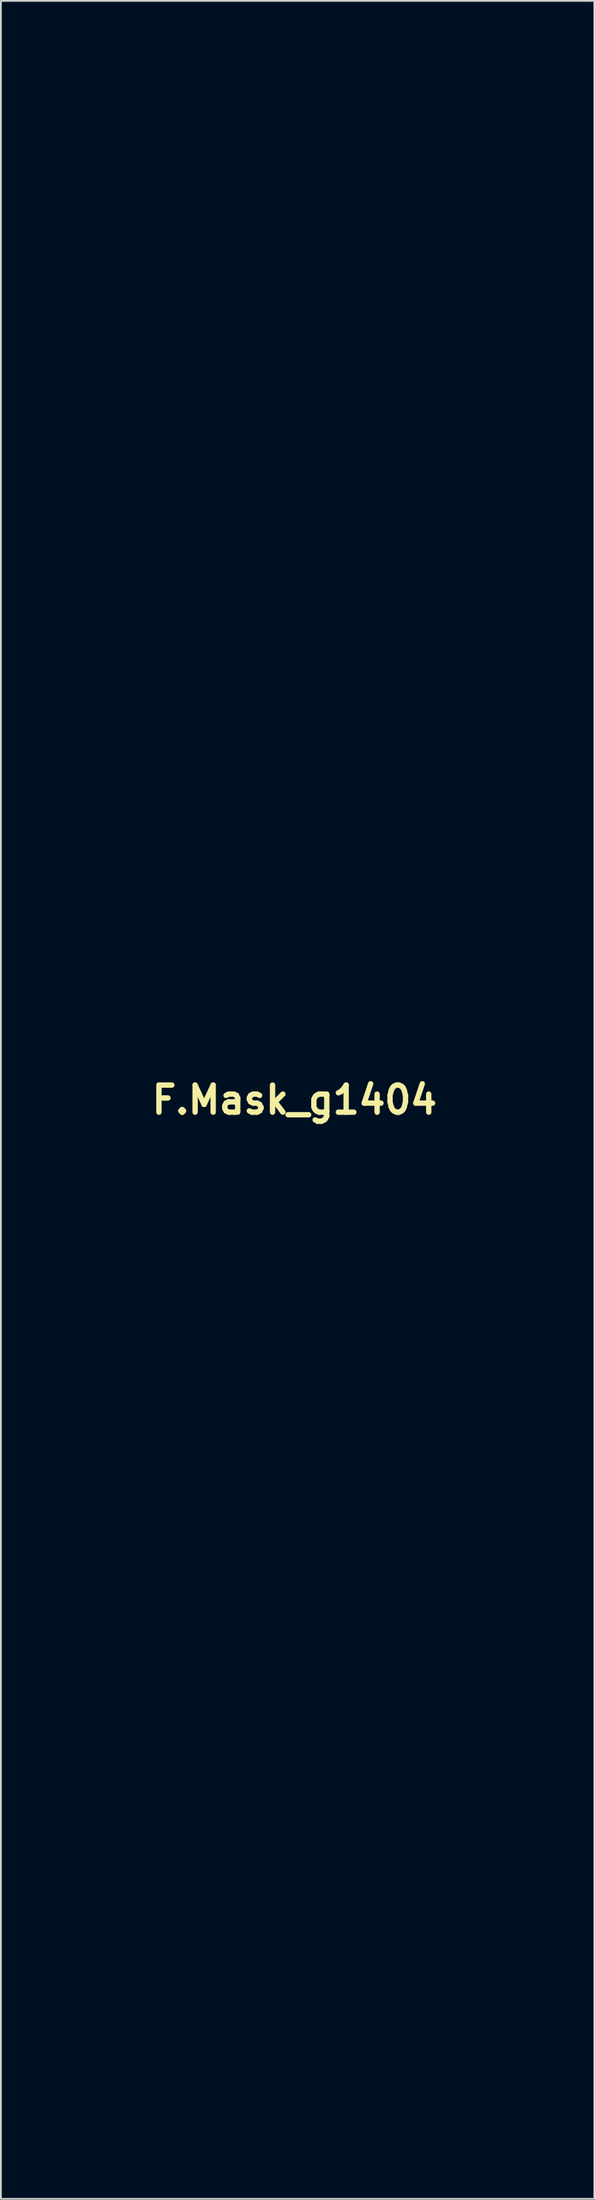
<source format=kicad_pcb>
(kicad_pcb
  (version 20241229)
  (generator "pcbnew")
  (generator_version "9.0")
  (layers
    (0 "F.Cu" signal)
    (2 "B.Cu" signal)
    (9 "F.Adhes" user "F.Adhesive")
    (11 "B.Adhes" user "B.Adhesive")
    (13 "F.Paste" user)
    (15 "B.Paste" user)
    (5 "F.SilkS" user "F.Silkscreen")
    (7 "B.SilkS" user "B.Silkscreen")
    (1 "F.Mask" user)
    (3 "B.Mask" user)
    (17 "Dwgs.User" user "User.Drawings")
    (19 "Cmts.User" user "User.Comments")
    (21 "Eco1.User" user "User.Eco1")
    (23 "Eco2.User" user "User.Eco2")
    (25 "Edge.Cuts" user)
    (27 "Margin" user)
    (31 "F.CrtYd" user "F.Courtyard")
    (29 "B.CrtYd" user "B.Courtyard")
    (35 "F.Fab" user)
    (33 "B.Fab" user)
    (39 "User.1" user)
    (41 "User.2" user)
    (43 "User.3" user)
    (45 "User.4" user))
  (footprint "F.Mask_g1404"
    (layer "F.Cu")
    (at 13.507 58.787)
    (property "Reference" "F.Mask_g1404" (at 0 0 0) (layer "F.SilkS") (effects (font (size 1.524 1.524) (thickness 0.3))))
    (attr through_hole)
    (fp_poly (pts (xy -8.509 52.726) (xy -8.954 52.726) (xy -8.954 50.271) (xy -8.509 50.271) (xy -8.509 52.726)) (stroke (width 0.01) (type solid)) (fill yes) (layer "F.Mask"))
    (fp_poly (pts (xy -3.45 51.71) (xy -4.191 51.71) (xy -4.191 51.287) (xy -3.45 51.287) (xy -3.45 51.71)) (stroke (width 0.01) (type solid)) (fill yes) (layer "F.Mask"))
    (fp_poly (pts (xy -0.809 53.493) (xy -0.815 53.71) (xy -1.545 53.722) (xy -1.545 54.25) (xy -0.804 54.25) (xy -0.804 54.695) (xy -1.545 54.695) (xy -1.545 55.287) (xy -0.803 55.287) (xy -0.809 55.515) (xy -0.815 55.742) (xy -1.99 55.754) (xy -1.99 53.276) (xy -0.803 53.276) (xy -0.809 53.493)) (stroke (width 0.01) (type solid)) (fill yes) (layer "F.Mask"))
    (fp_poly (pts (xy -3.365 56.727) (xy -3.852 56.727) (xy -3.852 58.759) (xy -4.06 58.759) (xy -4.15 58.757) (xy -4.224 58.754) (xy -4.271 58.748) (xy -4.283 58.745) (xy -4.286 58.721) (xy -4.288 58.66) (xy -4.291 58.564) (xy -4.293 58.439) (xy -4.294 58.288) (xy -4.296 58.116) (xy -4.297 57.927) (xy -4.297 57.729) (xy -4.297 56.727) (xy -4.763 56.727) (xy -4.763 56.282) (xy -3.365 56.282) (xy -3.365 56.727)) (stroke (width 0.01) (type solid)) (fill yes) (layer "F.Mask"))
    (fp_poly (pts (xy 5.059 -57.933) (xy 3.747 -57.933) (xy 3.747 -56.959) (xy 5.054 -56.959) (xy 5.067 -56.893) (xy 5.071 -56.849) (xy 5.075 -56.772) (xy 5.078 -56.671) (xy 5.08 -56.556) (xy 5.08 -56.502) (xy 5.08 -56.176) (xy 3.747 -56.176) (xy 3.747 -55.076) (xy 4.408 -55.071) (xy 5.069 -55.065) (xy 5.069 -54.282) (xy 4.016 -54.276) (xy 2.963 -54.271) (xy 2.963 -58.716) (xy 5.059 -58.716) (xy 5.059 -57.933)) (stroke (width 0.01) (type solid)) (fill yes) (layer "F.Mask"))
    (fp_poly (pts (xy 3.683 53.721) (xy 2.942 53.721) (xy 2.942 54.25) (xy 3.683 54.25) (xy 3.683 54.695) (xy 2.942 54.695) (xy 2.942 55.287) (xy 3.684 55.287) (xy 3.672 55.742) (xy 3.099 55.748) (xy 2.948 55.749) (xy 2.81 55.749) (xy 2.692 55.748) (xy 2.599 55.746) (xy 2.538 55.743) (xy 2.512 55.739) (xy 2.512 55.739) (xy 2.509 55.716) (xy 2.507 55.654) (xy 2.505 55.558) (xy 2.503 55.43) (xy 2.501 55.275) (xy 2.499 55.097) (xy 2.498 54.9) (xy 2.498 54.686) (xy 2.498 54.501) (xy 2.498 53.276) (xy 3.683 53.276) (xy 3.683 53.721)) (stroke (width 0.01) (type solid)) (fill yes) (layer "F.Mask"))
    (fp_poly (pts (xy 8.209 17.192) (xy 8.216 17.212) (xy 8.225 17.255) (xy 8.237 17.326) (xy 8.252 17.428) (xy 8.272 17.567) (xy 8.276 17.6) (xy 8.293 17.716) (xy 8.308 17.821) (xy 8.32 17.907) (xy 8.329 17.963) (xy 8.331 17.976) (xy 8.343 18.034) (xy 8.204 18.034) (xy 8.133 18.031) (xy 8.083 18.024) (xy 8.065 18.014) (xy 8.068 17.984) (xy 8.077 17.921) (xy 8.09 17.834) (xy 8.107 17.731) (xy 8.126 17.618) (xy 8.145 17.505) (xy 8.163 17.398) (xy 8.179 17.306) (xy 8.192 17.236) (xy 8.2 17.197) (xy 8.202 17.191) (xy 8.209 17.192)) (stroke (width 0.01) (type solid)) (fill yes) (layer "F.Mask"))
    (fp_poly (pts (xy -10.753 56.727) (xy -11.493 56.727) (xy -11.493 57.256) (xy -10.753 57.256) (xy -10.753 57.7) (xy -11.493 57.7) (xy -11.493 58.293) (xy -10.753 58.293) (xy -10.753 58.759) (xy -11.335 58.759) (xy -11.518 58.758) (xy -11.661 58.757) (xy -11.77 58.754) (xy -11.847 58.75) (xy -11.897 58.745) (xy -11.923 58.737) (xy -11.928 58.732) (xy -11.93 58.707) (xy -11.932 58.643) (xy -11.933 58.544) (xy -11.934 58.415) (xy -11.934 58.259) (xy -11.934 58.079) (xy -11.934 57.881) (xy -11.934 57.667) (xy -11.933 57.499) (xy -11.927 56.293) (xy -11.34 56.287) (xy -10.753 56.281) (xy -10.753 56.727)) (stroke (width 0.01) (type solid)) (fill yes) (layer "F.Mask"))
    (fp_poly (pts (xy -7.768 56.727) (xy -8.509 56.727) (xy -8.509 57.256) (xy -7.768 57.256) (xy -7.768 57.7) (xy -8.509 57.7) (xy -8.509 58.293) (xy -7.768 58.293) (xy -7.768 58.759) (xy -8.351 58.759) (xy -8.533 58.758) (xy -8.677 58.757) (xy -8.785 58.754) (xy -8.863 58.75) (xy -8.912 58.745) (xy -8.938 58.737) (xy -8.944 58.732) (xy -8.946 58.707) (xy -8.947 58.643) (xy -8.948 58.544) (xy -8.949 58.415) (xy -8.95 58.259) (xy -8.95 58.079) (xy -8.95 57.881) (xy -8.949 57.667) (xy -8.948 57.499) (xy -8.943 56.293) (xy -8.356 56.287) (xy -7.768 56.281) (xy -7.768 56.727)) (stroke (width 0.01) (type solid)) (fill yes) (layer "F.Mask"))
    (fp_poly (pts (xy -13.001 50.758) (xy -13.007 51.245) (xy -12.748 51.245) (xy -12.488 51.245) (xy -12.488 50.271) (xy -12.07 50.271) (xy -12.057 50.337) (xy -12.055 50.37) (xy -12.052 50.442) (xy -12.05 50.547) (xy -12.048 50.683) (xy -12.047 50.844) (xy -12.045 51.027) (xy -12.044 51.228) (xy -12.044 51.442) (xy -12.044 51.565) (xy -12.044 52.726) (xy -12.488 52.726) (xy -12.488 51.689) (xy -12.996 51.689) (xy -13.001 52.202) (xy -13.007 52.716) (xy -13.234 52.722) (xy -13.462 52.728) (xy -13.462 52.404) (xy -13.462 52.311) (xy -13.461 52.182) (xy -13.459 52.024) (xy -13.457 51.844) (xy -13.455 51.648) (xy -13.452 51.443) (xy -13.449 51.235) (xy -13.448 51.176) (xy -13.434 50.271) (xy -12.995 50.271) (xy -13.001 50.758)) (stroke (width 0.01) (type solid)) (fill yes) (layer "F.Mask"))
    (fp_poly (pts (xy -3.111 -57.933) (xy -4.445 -57.933) (xy -4.445 -56.959) (xy -3.111 -56.959) (xy -3.111 -56.176) (xy -4.445 -56.176) (xy -4.445 -55.076) (xy -3.111 -55.076) (xy -3.111 -54.271) (xy -4.16 -54.271) (xy -4.408 -54.272) (xy -4.618 -54.272) (xy -4.79 -54.274) (xy -4.929 -54.275) (xy -5.037 -54.278) (xy -5.117 -54.281) (xy -5.172 -54.286) (xy -5.205 -54.291) (xy -5.218 -54.297) (xy -5.218 -54.298) (xy -5.22 -54.322) (xy -5.221 -54.386) (xy -5.222 -54.487) (xy -5.223 -54.621) (xy -5.223 -54.786) (xy -5.224 -54.98) (xy -5.224 -55.199) (xy -5.224 -55.441) (xy -5.224 -55.702) (xy -5.224 -55.98) (xy -5.224 -56.272) (xy -5.223 -56.515) (xy -5.218 -58.706) (xy -4.165 -58.711) (xy -3.111 -58.717) (xy -3.111 -57.933)) (stroke (width 0.01) (type solid)) (fill yes) (layer "F.Mask"))
    (fp_poly (pts (xy 4.1 53.281) (xy 4.285 53.287) (xy 4.837 54.575) (xy 4.842 53.926) (xy 4.848 53.276) (xy 5.245 53.276) (xy 5.259 53.79) (xy 5.262 53.945) (xy 5.265 54.133) (xy 5.267 54.341) (xy 5.268 54.558) (xy 5.268 54.776) (xy 5.267 54.981) (xy 5.267 55.023) (xy 5.26 55.742) (xy 5.091 55.748) (xy 4.921 55.754) (xy 4.625 55.123) (xy 4.329 54.492) (xy 4.329 55.742) (xy 4.137 55.748) (xy 4.051 55.75) (xy 3.981 55.748) (xy 3.938 55.743) (xy 3.931 55.74) (xy 3.928 55.716) (xy 3.925 55.654) (xy 3.923 55.558) (xy 3.921 55.43) (xy 3.919 55.275) (xy 3.918 55.097) (xy 3.917 54.899) (xy 3.916 54.686) (xy 3.916 54.5) (xy 3.916 53.275) (xy 4.1 53.281)) (stroke (width 0.01) (type solid)) (fill yes) (layer "F.Mask"))
    (fp_poly (pts (xy -9.384 56.287) (xy -9.176 56.293) (xy -9.176 58.748) (xy -9.345 58.754) (xy -9.514 58.759) (xy -9.694 58.373) (xy -9.758 58.234) (xy -9.825 58.091) (xy -9.89 57.953) (xy -9.947 57.833) (xy -9.985 57.753) (xy -10.098 57.52) (xy -10.086 58.748) (xy -10.288 58.754) (xy -10.377 58.755) (xy -10.449 58.753) (xy -10.495 58.749) (xy -10.505 58.745) (xy -10.508 58.722) (xy -10.51 58.66) (xy -10.513 58.563) (xy -10.515 58.436) (xy -10.516 58.281) (xy -10.518 58.103) (xy -10.519 57.905) (xy -10.52 57.692) (xy -10.52 57.506) (xy -10.52 56.282) (xy -10.335 56.283) (xy -10.149 56.283) (xy -9.865 56.949) (xy -9.799 57.106) (xy -9.737 57.25) (xy -9.683 57.376) (xy -9.639 57.48) (xy -9.605 57.557) (xy -9.585 57.604) (xy -9.58 57.616) (xy -9.579 57.595) (xy -9.58 57.538) (xy -9.58 57.448) (xy -9.581 57.331) (xy -9.583 57.192) (xy -9.584 57.035) (xy -9.585 56.948) (xy -9.593 56.281) (xy -9.384 56.287)) (stroke (width 0.01) (type solid)) (fill yes) (layer "F.Mask"))
    (fp_poly (pts (xy 1.355 54.209) (xy 1.355 54.443) (xy 1.355 54.639) (xy 1.357 54.8) (xy 1.359 54.93) (xy 1.364 55.032) (xy 1.37 55.111) (xy 1.38 55.17) (xy 1.392 55.213) (xy 1.407 55.243) (xy 1.427 55.265) (xy 1.451 55.281) (xy 1.48 55.297) (xy 1.481 55.298) (xy 1.578 55.327) (xy 1.672 55.318) (xy 1.754 55.276) (xy 1.816 55.203) (xy 1.841 55.143) (xy 1.846 55.102) (xy 1.851 55.021) (xy 1.855 54.904) (xy 1.858 54.755) (xy 1.861 54.575) (xy 1.862 54.369) (xy 1.863 54.171) (xy 1.863 53.276) (xy 2.309 53.276) (xy 2.303 54.255) (xy 2.297 55.234) (xy 2.241 55.353) (xy 2.147 55.509) (xy 2.025 55.632) (xy 1.922 55.7) (xy 1.852 55.734) (xy 1.784 55.754) (xy 1.701 55.764) (xy 1.641 55.767) (xy 1.521 55.766) (xy 1.42 55.754) (xy 1.381 55.744) (xy 1.241 55.677) (xy 1.118 55.574) (xy 1.014 55.439) (xy 0.972 55.361) (xy 0.91 55.234) (xy 0.91 54.255) (xy 0.91 53.276) (xy 1.355 53.276) (xy 1.355 54.209)) (stroke (width 0.01) (type solid)) (fill yes) (layer "F.Mask"))
    (fp_poly (pts (xy -10.19 53.281) (xy -10.009 53.287) (xy -9.746 53.901) (xy -9.681 54.053) (xy -9.62 54.195) (xy -9.566 54.32) (xy -9.521 54.424) (xy -9.487 54.502) (xy -9.466 54.548) (xy -9.462 54.557) (xy -9.455 54.555) (xy -9.45 54.518) (xy -9.447 54.446) (xy -9.445 54.336) (xy -9.444 54.188) (xy -9.445 53.999) (xy -9.445 53.943) (xy -9.451 53.287) (xy -9.038 53.275) (xy -9.038 55.753) (xy -9.371 55.753) (xy -9.641 55.176) (xy -9.71 55.029) (xy -9.775 54.892) (xy -9.832 54.77) (xy -9.88 54.67) (xy -9.916 54.595) (xy -9.937 54.553) (xy -9.94 54.547) (xy -9.948 54.537) (xy -9.954 54.543) (xy -9.959 54.57) (xy -9.962 54.621) (xy -9.964 54.7) (xy -9.964 54.81) (xy -9.964 54.956) (xy -9.963 55.118) (xy -9.959 55.742) (xy -10.15 55.748) (xy -10.237 55.75) (xy -10.306 55.748) (xy -10.349 55.743) (xy -10.357 55.74) (xy -10.36 55.716) (xy -10.362 55.654) (xy -10.364 55.558) (xy -10.367 55.43) (xy -10.368 55.275) (xy -10.37 55.097) (xy -10.371 54.899) (xy -10.371 54.686) (xy -10.372 54.5) (xy -10.372 53.275) (xy -10.19 53.281)) (stroke (width 0.01) (type solid)) (fill yes) (layer "F.Mask"))
    (fp_poly (pts (xy 8.191 53.721) (xy 7.472 53.721) (xy 7.472 54.25) (xy 8.189 54.25) (xy 8.196 54.457) (xy 8.198 54.546) (xy 8.199 54.62) (xy 8.197 54.667) (xy 8.196 54.679) (xy 8.173 54.684) (xy 8.116 54.689) (xy 8.03 54.692) (xy 7.923 54.694) (xy 7.83 54.695) (xy 7.472 54.695) (xy 7.472 55.287) (xy 7.829 55.287) (xy 7.963 55.288) (xy 8.059 55.29) (xy 8.126 55.293) (xy 8.167 55.299) (xy 8.19 55.308) (xy 8.2 55.321) (xy 8.206 55.357) (xy 8.211 55.423) (xy 8.213 55.505) (xy 8.213 55.52) (xy 8.211 55.604) (xy 8.207 55.673) (xy 8.201 55.716) (xy 8.2 55.72) (xy 8.192 55.73) (xy 8.173 55.737) (xy 8.139 55.743) (xy 8.086 55.748) (xy 8.008 55.75) (xy 7.901 55.752) (xy 7.76 55.753) (xy 7.608 55.753) (xy 7.443 55.752) (xy 7.299 55.75) (xy 7.18 55.747) (xy 7.09 55.743) (xy 7.034 55.738) (xy 7.018 55.733) (xy 7.016 55.709) (xy 7.014 55.646) (xy 7.013 55.549) (xy 7.013 55.42) (xy 7.013 55.265) (xy 7.014 55.086) (xy 7.016 54.888) (xy 7.018 54.674) (xy 7.02 54.495) (xy 7.034 53.276) (xy 8.191 53.276) (xy 8.191 53.721)) (stroke (width 0.01) (type solid)) (fill yes) (layer "F.Mask"))
    (fp_poly (pts (xy -4.139 53.684) (xy -4.136 53.802) (xy -4.133 53.954) (xy -4.132 54.133) (xy -4.13 54.329) (xy -4.13 54.536) (xy -4.13 54.745) (xy -4.131 54.917) (xy -4.138 55.742) (xy -4.355 55.748) (xy -4.572 55.754) (xy -4.577 54.853) (xy -4.583 53.951) (xy -4.758 54.207) (xy -4.821 54.296) (xy -4.876 54.371) (xy -4.919 54.425) (xy -4.944 54.452) (xy -4.949 54.454) (xy -4.966 54.434) (xy -5.001 54.385) (xy -5.05 54.315) (xy -5.109 54.231) (xy -5.122 54.211) (xy -5.281 53.977) (xy -5.294 54.722) (xy -5.297 54.903) (xy -5.3 55.076) (xy -5.303 55.235) (xy -5.306 55.375) (xy -5.308 55.49) (xy -5.309 55.573) (xy -5.31 55.61) (xy -5.313 55.753) (xy -5.523 55.753) (xy -5.614 55.751) (xy -5.687 55.746) (xy -5.734 55.738) (xy -5.746 55.733) (xy -5.748 55.708) (xy -5.75 55.645) (xy -5.751 55.548) (xy -5.751 55.419) (xy -5.751 55.264) (xy -5.75 55.085) (xy -5.748 54.887) (xy -5.746 54.673) (xy -5.744 54.494) (xy -5.729 53.276) (xy -5.26 53.278) (xy -5.102 53.508) (xy -4.944 53.739) (xy -4.879 53.649) (xy -4.835 53.585) (xy -4.778 53.503) (xy -4.722 53.421) (xy -4.72 53.418) (xy -4.625 53.278) (xy -4.389 53.277) (xy -4.153 53.276) (xy -4.139 53.684)) (stroke (width 0.01) (type solid)) (fill yes) (layer "F.Mask"))
    (fp_poly (pts (xy 6.367 53.273) (xy 6.511 53.342) (xy 6.638 53.45) (xy 6.644 53.456) (xy 6.726 53.558) (xy 6.781 53.661) (xy 6.815 53.778) (xy 6.831 53.921) (xy 6.833 53.949) (xy 6.842 54.146) (xy 6.622 54.14) (xy 6.403 54.134) (xy 6.392 53.979) (xy 6.385 53.897) (xy 6.374 53.843) (xy 6.354 53.804) (xy 6.32 53.767) (xy 6.303 53.751) (xy 6.241 53.703) (xy 6.183 53.682) (xy 6.14 53.679) (xy 6.049 53.698) (xy 5.971 53.753) (xy 5.917 53.833) (xy 5.906 53.865) (xy 5.9 53.911) (xy 5.894 53.993) (xy 5.89 54.102) (xy 5.887 54.232) (xy 5.885 54.375) (xy 5.885 54.524) (xy 5.886 54.673) (xy 5.888 54.813) (xy 5.891 54.938) (xy 5.896 55.041) (xy 5.901 55.113) (xy 5.906 55.143) (xy 5.948 55.229) (xy 6.014 55.29) (xy 6.095 55.324) (xy 6.18 55.327) (xy 6.261 55.294) (xy 6.273 55.285) (xy 6.34 55.214) (xy 6.379 55.123) (xy 6.392 55.004) (xy 6.392 54.992) (xy 6.392 54.864) (xy 6.842 54.864) (xy 6.833 55.061) (xy 6.826 55.169) (xy 6.814 55.249) (xy 6.792 55.318) (xy 6.766 55.377) (xy 6.696 55.49) (xy 6.602 55.593) (xy 6.496 55.678) (xy 6.388 55.735) (xy 6.366 55.742) (xy 6.254 55.764) (xy 6.131 55.772) (xy 6.013 55.765) (xy 5.924 55.745) (xy 5.77 55.669) (xy 5.642 55.56) (xy 5.539 55.417) (xy 5.505 55.352) (xy 5.45 55.234) (xy 5.45 53.77) (xy 5.524 53.625) (xy 5.621 53.477) (xy 5.742 53.363) (xy 5.883 53.284) (xy 6.043 53.244) (xy 6.204 53.241) (xy 6.367 53.273)) (stroke (width 0.01) (type solid)) (fill yes) (layer "F.Mask"))
    (fp_poly (pts (xy -8.356 53.281) (xy -8.204 53.283) (xy -8.089 53.286) (xy -8.003 53.29) (xy -7.939 53.296) (xy -7.892 53.304) (xy -7.854 53.315) (xy -7.82 53.33) (xy -7.81 53.334) (xy -7.696 53.408) (xy -7.588 53.51) (xy -7.499 53.627) (xy -7.475 53.668) (xy -7.419 53.774) (xy -7.412 54.419) (xy -7.41 54.653) (xy -7.411 54.845) (xy -7.415 54.995) (xy -7.42 55.104) (xy -7.428 55.172) (xy -7.429 55.176) (xy -7.48 55.315) (xy -7.565 55.447) (xy -7.677 55.563) (xy -7.808 55.654) (xy -7.913 55.701) (xy -7.96 55.711) (xy -8.036 55.721) (xy -8.135 55.73) (xy -8.249 55.738) (xy -8.368 55.744) (xy -8.487 55.749) (xy -8.595 55.751) (xy -8.687 55.751) (xy -8.754 55.749) (xy -8.788 55.743) (xy -8.789 55.742) (xy -8.792 55.718) (xy -8.795 55.656) (xy -8.798 55.559) (xy -8.8 55.431) (xy -8.802 55.276) (xy -8.803 55.097) (xy -8.804 54.899) (xy -8.805 54.685) (xy -8.805 54.499) (xy -8.805 53.721) (xy -8.361 53.721) (xy -8.361 55.292) (xy -8.193 55.284) (xy -8.104 55.278) (xy -8.045 55.268) (xy -8.004 55.251) (xy -7.969 55.224) (xy -7.936 55.192) (xy -7.91 55.161) (xy -7.89 55.125) (xy -7.875 55.08) (xy -7.865 55.021) (xy -7.858 54.941) (xy -7.855 54.836) (xy -7.853 54.701) (xy -7.853 54.53) (xy -7.853 54.482) (xy -7.853 54.306) (xy -7.854 54.167) (xy -7.857 54.061) (xy -7.86 53.982) (xy -7.865 53.926) (xy -7.872 53.887) (xy -7.882 53.86) (xy -7.886 53.851) (xy -7.932 53.79) (xy -7.986 53.749) (xy -8.058 53.725) (xy -8.155 53.716) (xy -8.26 53.717) (xy -8.361 53.721) (xy -8.805 53.721) (xy -8.805 53.274) (xy -8.356 53.281)) (stroke (width 0.01) (type solid)) (fill yes) (layer "F.Mask"))
    (fp_poly (pts (xy -7.061 56.286) (xy -6.613 56.293) (xy -6.472 56.362) (xy -6.328 56.455) (xy -6.215 56.572) (xy -6.135 56.708) (xy -6.089 56.858) (xy -6.079 57.015) (xy -6.106 57.176) (xy -6.17 57.335) (xy -6.212 57.403) (xy -6.285 57.512) (xy -6.232 57.594) (xy -6.196 57.653) (xy -6.168 57.713) (xy -6.147 57.781) (xy -6.133 57.862) (xy -6.124 57.963) (xy -6.119 58.092) (xy -6.117 58.254) (xy -6.117 58.318) (xy -6.117 58.759) (xy -6.562 58.759) (xy -6.562 58.341) (xy -6.562 58.195) (xy -6.564 58.086) (xy -6.567 58.006) (xy -6.572 57.949) (xy -6.58 57.908) (xy -6.591 57.878) (xy -6.604 57.854) (xy -6.665 57.778) (xy -6.743 57.729) (xy -6.845 57.705) (xy -6.937 57.7) (xy -7.091 57.7) (xy -7.091 58.759) (xy -7.299 58.759) (xy -7.389 58.757) (xy -7.462 58.754) (xy -7.51 58.748) (xy -7.521 58.745) (xy -7.524 58.721) (xy -7.527 58.66) (xy -7.529 58.566) (xy -7.531 58.444) (xy -7.532 58.298) (xy -7.533 58.133) (xy -7.534 57.954) (xy -7.535 57.765) (xy -7.535 57.571) (xy -7.535 57.378) (xy -7.534 57.256) (xy -7.091 57.256) (xy -6.906 57.256) (xy -6.804 57.253) (xy -6.733 57.245) (xy -6.681 57.229) (xy -6.653 57.214) (xy -6.581 57.151) (xy -6.534 57.067) (xy -6.519 56.991) (xy -6.538 56.904) (xy -6.589 56.822) (xy -6.653 56.768) (xy -6.699 56.746) (xy -6.756 56.734) (xy -6.836 56.728) (xy -6.906 56.727) (xy -7.091 56.727) (xy -7.091 57.256) (xy -7.534 57.256) (xy -7.534 57.189) (xy -7.533 57.009) (xy -7.532 56.843) (xy -7.53 56.695) (xy -7.528 56.571) (xy -7.526 56.474) (xy -7.523 56.411) (xy -7.521 56.392) (xy -7.508 56.279) (xy -7.061 56.286)) (stroke (width 0.01) (type solid)) (fill yes) (layer "F.Mask"))
    (fp_poly (pts (xy -0.836 56.293) (xy -0.699 56.369) (xy -0.551 56.471) (xy -0.439 56.596) (xy -0.363 56.741) (xy -0.325 56.904) (xy -0.322 57.044) (xy -0.345 57.172) (xy -0.39 57.3) (xy -0.451 57.411) (xy -0.49 57.46) (xy -0.533 57.506) (xy -0.479 57.587) (xy -0.443 57.644) (xy -0.416 57.7) (xy -0.395 57.76) (xy -0.38 57.832) (xy -0.37 57.921) (xy -0.363 58.035) (xy -0.359 58.181) (xy -0.357 58.295) (xy -0.349 58.748) (xy -0.794 58.748) (xy -0.804 58.324) (xy -0.809 58.175) (xy -0.813 58.062) (xy -0.819 57.979) (xy -0.826 57.921) (xy -0.835 57.88) (xy -0.847 57.851) (xy -0.853 57.841) (xy -0.921 57.766) (xy -1.01 57.721) (xy -1.126 57.701) (xy -1.166 57.7) (xy -1.306 57.7) (xy -1.32 57.862) (xy -1.324 57.94) (xy -1.328 58.048) (xy -1.331 58.176) (xy -1.333 58.311) (xy -1.333 58.391) (xy -1.333 58.759) (xy -1.542 58.759) (xy -1.632 58.757) (xy -1.705 58.754) (xy -1.752 58.748) (xy -1.764 58.745) (xy -1.768 58.719) (xy -1.772 58.656) (xy -1.775 58.557) (xy -1.776 58.429) (xy -1.777 58.274) (xy -1.777 58.096) (xy -1.777 57.9) (xy -1.775 57.69) (xy -1.773 57.468) (xy -1.77 57.256) (xy -1.312 57.256) (xy -1.138 57.256) (xy -1.038 57.253) (xy -0.967 57.244) (xy -0.915 57.225) (xy -0.895 57.214) (xy -0.824 57.151) (xy -0.777 57.067) (xy -0.762 56.991) (xy -0.781 56.904) (xy -0.832 56.822) (xy -0.895 56.768) (xy -0.944 56.745) (xy -1.005 56.733) (xy -1.091 56.727) (xy -1.138 56.727) (xy -1.312 56.727) (xy -1.312 57.256) (xy -1.77 57.256) (xy -1.769 57.24) (xy -1.765 57.01) (xy -1.764 56.951) (xy -1.75 56.279) (xy -0.836 56.293)) (stroke (width 0.01) (type solid)) (fill yes) (layer "F.Mask"))
    (fp_poly (pts (xy -11.032 53.28) (xy -10.982 53.283) (xy -10.953 53.291) (xy -10.939 53.303) (xy -10.935 53.313) (xy -10.929 53.341) (xy -10.917 53.407) (xy -10.9 53.504) (xy -10.877 53.63) (xy -10.851 53.778) (xy -10.822 53.945) (xy -10.791 54.126) (xy -10.758 54.316) (xy -10.724 54.511) (xy -10.69 54.706) (xy -10.658 54.897) (xy -10.627 55.079) (xy -10.598 55.247) (xy -10.573 55.397) (xy -10.552 55.524) (xy -10.535 55.624) (xy -10.524 55.692) (xy -10.52 55.723) (xy -10.52 55.724) (xy -10.527 55.738) (xy -10.554 55.746) (xy -10.606 55.75) (xy -10.691 55.75) (xy -10.737 55.748) (xy -10.954 55.742) (xy -10.991 55.478) (xy -11.465 55.478) (xy -11.504 55.742) (xy -11.711 55.748) (xy -11.814 55.75) (xy -11.881 55.746) (xy -11.917 55.738) (xy -11.927 55.727) (xy -11.926 55.702) (xy -11.917 55.639) (xy -11.901 55.542) (xy -11.88 55.414) (xy -11.854 55.26) (xy -11.824 55.083) (xy -11.818 55.052) (xy -11.384 55.052) (xy -11.376 55.066) (xy -11.347 55.073) (xy -11.289 55.075) (xy -11.229 55.076) (xy -11.065 55.076) (xy -11.076 55.017) (xy -11.082 54.979) (xy -11.094 54.906) (xy -11.108 54.806) (xy -11.126 54.687) (xy -11.144 54.556) (xy -11.146 54.547) (xy -11.164 54.419) (xy -11.182 54.306) (xy -11.197 54.213) (xy -11.209 54.149) (xy -11.217 54.119) (xy -11.218 54.118) (xy -11.225 54.133) (xy -11.237 54.184) (xy -11.253 54.265) (xy -11.272 54.371) (xy -11.293 54.495) (xy -11.3 54.541) (xy -11.322 54.675) (xy -11.341 54.798) (xy -11.358 54.901) (xy -11.372 54.978) (xy -11.38 55.023) (xy -11.381 55.028) (xy -11.384 55.052) (xy -11.818 55.052) (xy -11.79 54.887) (xy -11.752 54.676) (xy -11.719 54.494) (xy -11.501 53.287) (xy -11.224 53.281) (xy -11.11 53.279) (xy -11.032 53.28)) (stroke (width 0.01) (type solid)) (fill yes) (layer "F.Mask"))
    (fp_poly (pts (xy -2.559 56.253) (xy -2.486 56.264) (xy -2.42 56.285) (xy -2.368 56.309) (xy -2.234 56.397) (xy -2.116 56.517) (xy -2.024 56.66) (xy -2.014 56.681) (xy -1.958 56.801) (xy -1.958 58.24) (xy -2.014 58.359) (xy -2.107 58.513) (xy -2.227 58.635) (xy -2.355 58.716) (xy -2.432 58.751) (xy -2.499 58.77) (xy -2.575 58.778) (xy -2.644 58.779) (xy -2.735 58.775) (xy -2.819 58.765) (xy -2.88 58.751) (xy -2.881 58.751) (xy -3.035 58.675) (xy -3.163 58.566) (xy -3.266 58.423) (xy -3.3 58.357) (xy -3.355 58.24) (xy -3.355 57.532) (xy -2.9 57.532) (xy -2.9 58.191) (xy -2.828 58.263) (xy -2.774 58.31) (xy -2.723 58.331) (xy -2.661 58.335) (xy -2.586 58.328) (xy -2.53 58.299) (xy -2.502 58.276) (xy -2.47 58.242) (xy -2.444 58.206) (xy -2.425 58.161) (xy -2.411 58.103) (xy -2.402 58.027) (xy -2.397 57.928) (xy -2.396 57.801) (xy -2.398 57.642) (xy -2.403 57.447) (xy -2.408 57.26) (xy -2.414 57.111) (xy -2.42 56.995) (xy -2.429 56.907) (xy -2.44 56.842) (xy -2.456 56.795) (xy -2.476 56.763) (xy -2.501 56.739) (xy -2.533 56.72) (xy -2.539 56.716) (xy -2.633 56.689) (xy -2.726 56.697) (xy -2.807 56.738) (xy -2.867 56.809) (xy -2.868 56.811) (xy -2.877 56.835) (xy -2.884 56.871) (xy -2.89 56.922) (xy -2.894 56.995) (xy -2.897 57.092) (xy -2.899 57.22) (xy -2.9 57.381) (xy -2.9 57.532) (xy -3.355 57.532) (xy -3.355 57.531) (xy -3.355 57.319) (xy -3.353 57.144) (xy -3.35 57.001) (xy -3.344 56.887) (xy -3.334 56.796) (xy -3.32 56.723) (xy -3.3 56.663) (xy -3.275 56.612) (xy -3.242 56.565) (xy -3.201 56.516) (xy -3.172 56.484) (xy -3.051 56.372) (xy -2.925 56.298) (xy -2.784 56.259) (xy -2.656 56.25) (xy -2.559 56.253)) (stroke (width 0.01) (type solid)) (fill yes) (layer "F.Mask"))
    (fp_poly (pts (xy -5.351 50.254) (xy -5.225 50.3) (xy -5.111 50.378) (xy -5.061 50.424) (xy -4.998 50.496) (xy -4.939 50.578) (xy -4.914 50.62) (xy -4.858 50.726) (xy -4.858 51.498) (xy -4.858 51.7) (xy -4.858 51.863) (xy -4.859 51.993) (xy -4.861 52.095) (xy -4.863 52.172) (xy -4.867 52.229) (xy -4.873 52.272) (xy -4.88 52.303) (xy -4.89 52.329) (xy -4.902 52.353) (xy -4.907 52.363) (xy -4.994 52.493) (xy -5.105 52.605) (xy -5.228 52.69) (xy -5.243 52.697) (xy -5.38 52.745) (xy -5.531 52.764) (xy -5.679 52.755) (xy -5.77 52.731) (xy -5.915 52.657) (xy -6.041 52.55) (xy -6.141 52.415) (xy -6.21 52.26) (xy -6.215 52.246) (xy -6.224 52.207) (xy -6.231 52.159) (xy -6.236 52.097) (xy -6.24 52.015) (xy -6.242 51.909) (xy -6.242 51.775) (xy -6.242 51.606) (xy -6.24 51.484) (xy -5.8 51.484) (xy -5.8 51.635) (xy -5.797 51.779) (xy -5.794 51.91) (xy -5.788 52.021) (xy -5.781 52.104) (xy -5.772 52.153) (xy -5.772 52.154) (xy -5.724 52.238) (xy -5.653 52.293) (xy -5.568 52.317) (xy -5.479 52.307) (xy -5.394 52.262) (xy -5.36 52.23) (xy -5.292 52.155) (xy -5.292 51.508) (xy -5.292 51.318) (xy -5.293 51.166) (xy -5.295 51.048) (xy -5.298 50.957) (xy -5.303 50.891) (xy -5.309 50.845) (xy -5.318 50.814) (xy -5.323 50.8) (xy -5.382 50.725) (xy -5.459 50.682) (xy -5.545 50.671) (xy -5.63 50.69) (xy -5.706 50.74) (xy -5.763 50.819) (xy -5.77 50.835) (xy -5.779 50.878) (xy -5.787 50.956) (xy -5.792 51.063) (xy -5.797 51.191) (xy -5.799 51.334) (xy -5.8 51.484) (xy -6.24 51.484) (xy -6.24 51.451) (xy -6.234 50.767) (xy -6.164 50.626) (xy -6.069 50.476) (xy -5.951 50.361) (xy -5.812 50.281) (xy -5.653 50.239) (xy -5.502 50.233) (xy -5.351 50.254)) (stroke (width 0.01) (type solid)) (fill yes) (layer "F.Mask"))
    (fp_poly (pts (xy -12.855 53.277) (xy -12.74 53.279) (xy -12.653 53.282) (xy -12.588 53.288) (xy -12.536 53.296) (xy -12.491 53.308) (xy -12.458 53.32) (xy -12.332 53.386) (xy -12.213 53.484) (xy -12.112 53.601) (xy -12.075 53.661) (xy -12.045 53.719) (xy -12.026 53.769) (xy -12.016 53.826) (xy -12.013 53.903) (xy -12.012 53.975) (xy -12.013 54.075) (xy -12.019 54.146) (xy -12.032 54.203) (xy -12.055 54.259) (xy -12.072 54.292) (xy -12.112 54.364) (xy -12.152 54.426) (xy -12.176 54.456) (xy -12.205 54.492) (xy -12.205 54.518) (xy -12.187 54.541) (xy -12.131 54.621) (xy -12.088 54.723) (xy -12.057 54.851) (xy -12.037 55.007) (xy -12.027 55.197) (xy -12.027 55.425) (xy -12.033 55.742) (xy -12.478 55.742) (xy -12.488 55.302) (xy -12.499 54.861) (xy -12.588 54.778) (xy -12.635 54.735) (xy -12.674 54.711) (xy -12.718 54.699) (xy -12.78 54.695) (xy -12.837 54.695) (xy -12.996 54.695) (xy -12.996 55.19) (xy -12.997 55.333) (xy -12.998 55.462) (xy -13.001 55.571) (xy -13.004 55.655) (xy -13.007 55.707) (xy -13.009 55.72) (xy -13.023 55.735) (xy -13.053 55.745) (xy -13.109 55.751) (xy -13.197 55.753) (xy -13.23 55.753) (xy -13.32 55.751) (xy -13.392 55.747) (xy -13.438 55.741) (xy -13.448 55.737) (xy -13.45 55.713) (xy -13.451 55.651) (xy -13.452 55.554) (xy -13.452 55.427) (xy -13.452 55.272) (xy -13.451 55.093) (xy -13.45 54.896) (xy -13.448 54.682) (xy -13.446 54.499) (xy -13.439 53.721) (xy -12.996 53.721) (xy -12.996 54.25) (xy -12.837 54.25) (xy -12.742 54.246) (xy -12.657 54.234) (xy -12.605 54.22) (xy -12.528 54.166) (xy -12.473 54.085) (xy -12.447 53.989) (xy -12.446 53.967) (xy -12.452 53.91) (xy -12.477 53.861) (xy -12.527 53.804) (xy -12.528 53.803) (xy -12.61 53.721) (xy -12.996 53.721) (xy -13.439 53.721) (xy -13.434 53.276) (xy -13.004 53.276) (xy -12.855 53.277)) (stroke (width 0.01) (type solid)) (fill yes) (layer "F.Mask"))
    (fp_poly (pts (xy -12.629 56.266) (xy -12.485 56.316) (xy -12.356 56.402) (xy -12.304 56.449) (xy -12.219 56.548) (xy -12.162 56.649) (xy -12.128 56.765) (xy -12.112 56.908) (xy -12.111 56.933) (xy -12.103 57.129) (xy -12.552 57.129) (xy -12.552 56.989) (xy -12.553 56.912) (xy -12.562 56.861) (xy -12.583 56.822) (xy -12.622 56.778) (xy -12.634 56.767) (xy -12.714 56.705) (xy -12.794 56.684) (xy -12.88 56.702) (xy -12.912 56.716) (xy -12.946 56.735) (xy -12.973 56.756) (xy -12.994 56.784) (xy -13.01 56.824) (xy -13.022 56.879) (xy -13.03 56.954) (xy -13.035 57.054) (xy -13.037 57.184) (xy -13.038 57.347) (xy -13.039 57.532) (xy -13.039 58.191) (xy -12.967 58.263) (xy -12.914 58.31) (xy -12.863 58.33) (xy -12.795 58.335) (xy -12.728 58.331) (xy -12.68 58.311) (xy -12.631 58.268) (xy -12.623 58.26) (xy -12.584 58.214) (xy -12.562 58.173) (xy -12.553 58.121) (xy -12.552 58.048) (xy -12.552 57.912) (xy -12.806 57.912) (xy -12.806 57.468) (xy -12.105 57.468) (xy -12.111 57.875) (xy -12.114 58.019) (xy -12.117 58.127) (xy -12.122 58.207) (xy -12.129 58.266) (xy -12.138 58.311) (xy -12.151 58.348) (xy -12.166 58.379) (xy -12.26 58.528) (xy -12.382 58.648) (xy -12.47 58.706) (xy -12.535 58.737) (xy -12.596 58.757) (xy -12.668 58.769) (xy -12.767 58.775) (xy -12.774 58.775) (xy -12.868 58.778) (xy -12.935 58.775) (xy -12.988 58.764) (xy -13.043 58.743) (xy -13.095 58.717) (xy -13.24 58.622) (xy -13.357 58.499) (xy -13.418 58.402) (xy -13.443 58.343) (xy -13.464 58.275) (xy -13.479 58.192) (xy -13.49 58.089) (xy -13.498 57.962) (xy -13.502 57.807) (xy -13.502 57.618) (xy -13.501 57.407) (xy -13.493 56.801) (xy -13.433 56.669) (xy -13.352 56.537) (xy -13.243 56.418) (xy -13.118 56.325) (xy -13.064 56.297) (xy -12.99 56.27) (xy -12.906 56.255) (xy -12.797 56.251) (xy -12.795 56.251) (xy -12.629 56.266)) (stroke (width 0.01) (type solid)) (fill yes) (layer "F.Mask"))
    (fp_poly (pts (xy -11.132 50.271) (xy -11.054 50.273) (xy -11.004 50.277) (xy -10.976 50.285) (xy -10.962 50.297) (xy -10.955 50.315) (xy -10.954 50.318) (xy -10.949 50.347) (xy -10.937 50.413) (xy -10.92 50.51) (xy -10.898 50.635) (xy -10.873 50.782) (xy -10.844 50.948) (xy -10.813 51.127) (xy -10.78 51.316) (xy -10.747 51.51) (xy -10.713 51.703) (xy -10.681 51.893) (xy -10.65 52.073) (xy -10.621 52.24) (xy -10.596 52.389) (xy -10.574 52.515) (xy -10.557 52.614) (xy -10.546 52.682) (xy -10.541 52.713) (xy -10.541 52.715) (xy -10.561 52.72) (xy -10.614 52.723) (xy -10.692 52.726) (xy -10.761 52.726) (xy -10.981 52.726) (xy -10.995 52.626) (xy -11.005 52.55) (xy -11.017 52.501) (xy -11.038 52.471) (xy -11.076 52.456) (xy -11.138 52.451) (xy -11.233 52.451) (xy -11.26 52.451) (xy -11.489 52.451) (xy -11.503 52.589) (xy -11.518 52.726) (xy -11.739 52.726) (xy -11.83 52.725) (xy -11.902 52.721) (xy -11.948 52.715) (xy -11.96 52.71) (xy -11.956 52.687) (xy -11.946 52.626) (xy -11.929 52.531) (xy -11.907 52.405) (xy -11.88 52.252) (xy -11.849 52.077) (xy -11.845 52.054) (xy -11.408 52.054) (xy -11.389 52.062) (xy -11.338 52.067) (xy -11.265 52.07) (xy -11.248 52.07) (xy -11.088 52.07) (xy -11.1 52.012) (xy -11.105 51.98) (xy -11.116 51.913) (xy -11.13 51.82) (xy -11.147 51.709) (xy -11.165 51.586) (xy -11.184 51.46) (xy -11.201 51.339) (xy -11.217 51.23) (xy -11.23 51.14) (xy -11.239 51.078) (xy -11.241 51.059) (xy -11.245 51.075) (xy -11.254 51.126) (xy -11.268 51.205) (xy -11.286 51.306) (xy -11.305 51.42) (xy -11.326 51.543) (xy -11.346 51.666) (xy -11.366 51.783) (xy -11.383 51.887) (xy -11.396 51.972) (xy -11.405 52.03) (xy -11.408 52.054) (xy -11.845 52.054) (xy -11.814 51.882) (xy -11.776 51.671) (xy -11.743 51.483) (xy -11.525 50.271) (xy -11.245 50.271) (xy -11.132 50.271)) (stroke (width 0.01) (type solid)) (fill yes) (layer "F.Mask"))
    (fp_poly (pts (xy -9.721 50.241) (xy -9.65 50.247) (xy -9.594 50.26) (xy -9.541 50.282) (xy -9.514 50.295) (xy -9.368 50.393) (xy -9.257 50.513) (xy -9.181 50.657) (xy -9.137 50.826) (xy -9.127 50.932) (xy -9.118 51.117) (xy -9.567 51.117) (xy -9.567 51.011) (xy -9.581 50.888) (xy -9.621 50.788) (xy -9.683 50.715) (xy -9.764 50.674) (xy -9.818 50.667) (xy -9.916 50.687) (xy -9.995 50.743) (xy -10.043 50.814) (xy -10.053 50.856) (xy -10.062 50.935) (xy -10.068 51.041) (xy -10.073 51.17) (xy -10.077 51.313) (xy -10.078 51.464) (xy -10.078 51.616) (xy -10.076 51.763) (xy -10.072 51.896) (xy -10.066 52.011) (xy -10.059 52.099) (xy -10.049 52.153) (xy -10.047 52.161) (xy -9.992 52.248) (xy -9.916 52.3) (xy -9.849 52.316) (xy -9.751 52.309) (xy -9.67 52.266) (xy -9.61 52.192) (xy -9.575 52.09) (xy -9.567 52.004) (xy -9.567 51.882) (xy -9.7 51.875) (xy -9.832 51.869) (xy -9.832 51.446) (xy -9.475 51.44) (xy -9.119 51.434) (xy -9.127 51.842) (xy -9.13 51.984) (xy -9.133 52.09) (xy -9.137 52.169) (xy -9.143 52.226) (xy -9.153 52.27) (xy -9.166 52.308) (xy -9.185 52.346) (xy -9.193 52.362) (xy -9.292 52.516) (xy -9.411 52.632) (xy -9.549 52.711) (xy -9.708 52.754) (xy -9.786 52.761) (xy -9.894 52.76) (xy -9.988 52.749) (xy -10.026 52.739) (xy -10.178 52.668) (xy -10.312 52.563) (xy -10.419 52.431) (xy -10.464 52.348) (xy -10.476 52.32) (xy -10.486 52.292) (xy -10.493 52.258) (xy -10.499 52.214) (xy -10.503 52.155) (xy -10.506 52.077) (xy -10.508 51.974) (xy -10.509 51.843) (xy -10.509 51.678) (xy -10.509 51.498) (xy -10.509 50.747) (xy -10.451 50.628) (xy -10.368 50.5) (xy -10.254 50.384) (xy -10.122 50.292) (xy -10.114 50.288) (xy -10.062 50.264) (xy -10.008 50.249) (xy -9.94 50.242) (xy -9.844 50.239) (xy -9.821 50.239) (xy -9.721 50.241)) (stroke (width 0.01) (type solid)) (fill yes) (layer "F.Mask"))
    (fp_poly (pts (xy -6.612 -58.761) (xy -6.399 -58.702) (xy -6.202 -58.605) (xy -6.02 -58.468) (xy -5.958 -58.41) (xy -5.839 -58.276) (xy -5.747 -58.139) (xy -5.679 -57.99) (xy -5.633 -57.821) (xy -5.605 -57.626) (xy -5.594 -57.473) (xy -5.582 -57.192) (xy -6.365 -57.192) (xy -6.376 -57.4) (xy -6.394 -57.568) (xy -6.43 -57.702) (xy -6.484 -57.809) (xy -6.56 -57.895) (xy -6.567 -57.901) (xy -6.678 -57.971) (xy -6.798 -58.004) (xy -6.919 -58) (xy -7.034 -57.96) (xy -7.138 -57.888) (xy -7.223 -57.783) (xy -7.247 -57.74) (xy -7.303 -57.629) (xy -7.303 -55.377) (xy -7.244 -55.263) (xy -7.163 -55.146) (xy -7.061 -55.064) (xy -6.941 -55.02) (xy -6.857 -55.012) (xy -6.754 -55.017) (xy -6.677 -55.037) (xy -6.607 -55.076) (xy -6.55 -55.122) (xy -6.478 -55.199) (xy -6.428 -55.289) (xy -6.396 -55.402) (xy -6.378 -55.545) (xy -6.376 -55.588) (xy -6.366 -55.794) (xy -6.847 -55.806) (xy -6.847 -56.589) (xy -5.599 -56.589) (xy -5.599 -55.933) (xy -5.599 -55.744) (xy -5.6 -55.592) (xy -5.602 -55.472) (xy -5.605 -55.378) (xy -5.609 -55.305) (xy -5.615 -55.248) (xy -5.624 -55.202) (xy -5.634 -55.161) (xy -5.638 -55.15) (xy -5.723 -54.936) (xy -5.839 -54.743) (xy -5.983 -54.573) (xy -6.15 -54.432) (xy -6.336 -54.323) (xy -6.491 -54.264) (xy -6.609 -54.239) (xy -6.75 -54.224) (xy -6.894 -54.219) (xy -7.022 -54.225) (xy -7.05 -54.229) (xy -7.252 -54.282) (xy -7.444 -54.372) (xy -7.621 -54.495) (xy -7.778 -54.647) (xy -7.909 -54.824) (xy -8.01 -55.02) (xy -8.024 -55.058) (xy -8.074 -55.192) (xy -8.081 -56.439) (xy -8.082 -56.745) (xy -8.082 -57.01) (xy -8.082 -57.235) (xy -8.08 -57.421) (xy -8.077 -57.57) (xy -8.073 -57.683) (xy -8.069 -57.76) (xy -8.064 -57.8) (xy -8.009 -57.974) (xy -7.92 -58.149) (xy -7.802 -58.316) (xy -7.705 -58.422) (xy -7.533 -58.569) (xy -7.352 -58.676) (xy -7.157 -58.744) (xy -6.943 -58.777) (xy -6.841 -58.78) (xy -6.612 -58.761)) (stroke (width 0.01) (type solid)) (fill yes) (layer "F.Mask"))
    (fp_poly (pts (xy -5.008 56.34) (xy -5.002 56.374) (xy -4.989 56.443) (xy -4.972 56.543) (xy -4.949 56.671) (xy -4.923 56.821) (xy -4.894 56.989) (xy -4.863 57.17) (xy -4.83 57.36) (xy -4.797 57.554) (xy -4.763 57.747) (xy -4.731 57.936) (xy -4.7 58.116) (xy -4.671 58.282) (xy -4.646 58.429) (xy -4.625 58.554) (xy -4.609 58.651) (xy -4.598 58.716) (xy -4.593 58.744) (xy -4.593 58.745) (xy -4.613 58.751) (xy -4.666 58.755) (xy -4.744 58.758) (xy -4.814 58.759) (xy -5.034 58.759) (xy -5.069 58.494) (xy -5.304 58.488) (xy -5.54 58.482) (xy -5.558 58.615) (xy -5.577 58.748) (xy -5.794 58.754) (xy -5.893 58.756) (xy -5.957 58.755) (xy -5.993 58.749) (xy -6.009 58.738) (xy -6.011 58.726) (xy -6.008 58.699) (xy -5.997 58.635) (xy -5.981 58.539) (xy -5.959 58.415) (xy -5.933 58.267) (xy -5.904 58.101) (xy -5.898 58.065) (xy -5.46 58.065) (xy -5.441 58.073) (xy -5.39 58.079) (xy -5.317 58.081) (xy -5.303 58.081) (xy -5.145 58.081) (xy -5.155 58.023) (xy -5.162 57.983) (xy -5.173 57.91) (xy -5.187 57.814) (xy -5.204 57.701) (xy -5.222 57.578) (xy -5.241 57.454) (xy -5.258 57.337) (xy -5.273 57.233) (xy -5.284 57.151) (xy -5.292 57.097) (xy -5.294 57.081) (xy -5.297 57.095) (xy -5.307 57.144) (xy -5.32 57.221) (xy -5.338 57.32) (xy -5.357 57.433) (xy -5.378 57.554) (xy -5.399 57.677) (xy -5.418 57.793) (xy -5.435 57.897) (xy -5.448 57.982) (xy -5.457 58.04) (xy -5.46 58.065) (xy -5.898 58.065) (xy -5.872 57.921) (xy -5.838 57.731) (xy -5.803 57.536) (xy -5.768 57.34) (xy -5.734 57.149) (xy -5.701 56.967) (xy -5.67 56.797) (xy -5.642 56.646) (xy -5.618 56.517) (xy -5.599 56.415) (xy -5.586 56.345) (xy -5.578 56.311) (xy -5.578 56.309) (xy -5.56 56.297) (xy -5.514 56.289) (xy -5.436 56.284) (xy -5.32 56.282) (xy -5.294 56.282) (xy -5.02 56.282) (xy -5.008 56.34)) (stroke (width 0.01) (type solid)) (fill yes) (layer "F.Mask"))
    (fp_poly (pts (xy 1.884 50.694) (xy 1.064 50.694) (xy 1.051 50.824) (xy 1.043 50.915) (xy 1.038 51.008) (xy 1.037 51.055) (xy 1.037 51.156) (xy 1.117 51.134) (xy 1.215 51.121) (xy 1.333 51.125) (xy 1.452 51.145) (xy 1.55 51.176) (xy 1.664 51.244) (xy 1.773 51.339) (xy 1.865 51.448) (xy 1.902 51.508) (xy 1.923 51.552) (xy 1.939 51.591) (xy 1.949 51.636) (xy 1.954 51.695) (xy 1.957 51.775) (xy 1.958 51.886) (xy 1.958 51.932) (xy 1.958 52.056) (xy 1.956 52.145) (xy 1.951 52.21) (xy 1.943 52.26) (xy 1.929 52.302) (xy 1.909 52.347) (xy 1.896 52.373) (xy 1.81 52.504) (xy 1.698 52.617) (xy 1.571 52.7) (xy 1.549 52.71) (xy 1.426 52.748) (xy 1.287 52.763) (xy 1.148 52.755) (xy 1.046 52.731) (xy 0.893 52.655) (xy 0.766 52.548) (xy 0.667 52.415) (xy 0.602 52.263) (xy 0.573 52.095) (xy 0.572 52.056) (xy 0.572 51.943) (xy 1.016 51.943) (xy 1.016 52.018) (xy 1.033 52.126) (xy 1.079 52.218) (xy 1.147 52.281) (xy 1.235 52.318) (xy 1.318 52.315) (xy 1.391 52.283) (xy 1.449 52.237) (xy 1.489 52.18) (xy 1.512 52.102) (xy 1.523 51.996) (xy 1.524 51.923) (xy 1.523 51.831) (xy 1.519 51.77) (xy 1.509 51.729) (xy 1.489 51.695) (xy 1.457 51.659) (xy 1.455 51.656) (xy 1.369 51.59) (xy 1.272 51.562) (xy 1.171 51.575) (xy 1.074 51.627) (xy 1.06 51.638) (xy 1.027 51.663) (xy 0.997 51.679) (xy 0.957 51.685) (xy 0.897 51.684) (xy 0.806 51.677) (xy 0.804 51.677) (xy 0.719 51.669) (xy 0.651 51.66) (xy 0.611 51.652) (xy 0.604 51.648) (xy 0.603 51.624) (xy 0.604 51.563) (xy 0.606 51.471) (xy 0.611 51.353) (xy 0.616 51.214) (xy 0.623 51.06) (xy 0.625 51.021) (xy 0.633 50.861) (xy 0.64 50.711) (xy 0.646 50.579) (xy 0.651 50.469) (xy 0.654 50.389) (xy 0.656 50.344) (xy 0.656 50.34) (xy 0.656 50.271) (xy 1.884 50.271) (xy 1.884 50.694)) (stroke (width 0.01) (type solid)) (fill yes) (layer "F.Mask"))
    (fp_poly (pts (xy -6.477 53.255) (xy -6.354 53.291) (xy -6.243 53.356) (xy -6.148 53.44) (xy -6.092 53.5) (xy -6.046 53.56) (xy -6.01 53.626) (xy -5.981 53.702) (xy -5.959 53.793) (xy -5.944 53.904) (xy -5.935 54.038) (xy -5.93 54.201) (xy -5.929 54.398) (xy -5.93 54.615) (xy -5.937 55.234) (xy -5.994 55.357) (xy -6.071 55.483) (xy -6.174 55.596) (xy -6.291 55.685) (xy -6.382 55.73) (xy -6.517 55.763) (xy -6.666 55.772) (xy -6.808 55.755) (xy -6.851 55.744) (xy -6.983 55.682) (xy -7.105 55.587) (xy -7.209 55.466) (xy -7.287 55.327) (xy -7.296 55.304) (xy -7.308 55.266) (xy -7.317 55.216) (xy -7.324 55.148) (xy -7.33 55.058) (xy -7.334 54.938) (xy -7.338 54.785) (xy -7.34 54.695) (xy -7.342 54.456) (xy -6.883 54.456) (xy -6.882 54.611) (xy -6.88 54.761) (xy -6.876 54.9) (xy -6.871 55.021) (xy -6.863 55.117) (xy -6.854 55.182) (xy -6.847 55.203) (xy -6.788 55.275) (xy -6.707 55.317) (xy -6.614 55.326) (xy -6.519 55.298) (xy -6.517 55.297) (xy -6.46 55.249) (xy -6.413 55.177) (xy -6.412 55.175) (xy -6.4 55.144) (xy -6.39 55.109) (xy -6.383 55.065) (xy -6.378 55.006) (xy -6.375 54.926) (xy -6.373 54.819) (xy -6.373 54.68) (xy -6.373 54.536) (xy -6.373 54.341) (xy -6.375 54.185) (xy -6.379 54.06) (xy -6.386 53.964) (xy -6.395 53.891) (xy -6.409 53.836) (xy -6.427 53.795) (xy -6.45 53.763) (xy -6.475 53.737) (xy -6.555 53.692) (xy -6.645 53.68) (xy -6.733 53.701) (xy -6.808 53.751) (xy -6.847 53.805) (xy -6.857 53.847) (xy -6.866 53.924) (xy -6.873 54.031) (xy -6.878 54.159) (xy -6.881 54.303) (xy -6.883 54.456) (xy -7.342 54.456) (xy -7.342 54.452) (xy -7.341 54.246) (xy -7.337 54.075) (xy -7.327 53.932) (xy -7.311 53.814) (xy -7.289 53.716) (xy -7.26 53.635) (xy -7.223 53.564) (xy -7.177 53.501) (xy -7.128 53.447) (xy -7.009 53.347) (xy -6.88 53.283) (xy -6.733 53.25) (xy -6.625 53.245) (xy -6.477 53.255)) (stroke (width 0.01) (type solid)) (fill yes) (layer "F.Mask"))
    (fp_poly (pts (xy -2.765 53.248) (xy -2.698 53.254) (xy -2.642 53.27) (xy -2.579 53.299) (xy -2.544 53.318) (xy -2.398 53.418) (xy -2.284 53.544) (xy -2.22 53.655) (xy -2.198 53.709) (xy -2.182 53.771) (xy -2.172 53.851) (xy -2.165 53.958) (xy -2.163 54.001) (xy -2.154 54.25) (xy -2.603 54.25) (xy -2.603 54.068) (xy -2.611 53.931) (xy -2.633 53.829) (xy -2.672 53.757) (xy -2.731 53.71) (xy -2.732 53.709) (xy -2.828 53.68) (xy -2.919 53.687) (xy -2.998 53.727) (xy -3.06 53.793) (xy -3.099 53.881) (xy -3.108 53.985) (xy -3.102 54.028) (xy -3.082 54.088) (xy -3.04 54.146) (xy -2.973 54.207) (xy -2.876 54.274) (xy -2.744 54.35) (xy -2.698 54.376) (xy -2.523 54.478) (xy -2.387 54.577) (xy -2.286 54.676) (xy -2.216 54.782) (xy -2.176 54.897) (xy -2.162 55.026) (xy -2.164 55.109) (xy -2.195 55.28) (xy -2.262 55.435) (xy -2.362 55.569) (xy -2.493 55.675) (xy -2.557 55.711) (xy -2.649 55.744) (xy -2.764 55.764) (xy -2.885 55.771) (xy -2.996 55.764) (xy -3.072 55.746) (xy -3.223 55.669) (xy -3.354 55.562) (xy -3.457 55.432) (xy -3.498 55.353) (xy -3.523 55.283) (xy -3.537 55.202) (xy -3.543 55.095) (xy -3.544 55.065) (xy -3.545 54.875) (xy -3.122 54.875) (xy -3.111 55.012) (xy -3.098 55.116) (xy -3.074 55.191) (xy -3.034 55.248) (xy -2.992 55.286) (xy -2.914 55.324) (xy -2.83 55.326) (xy -2.749 55.299) (xy -2.679 55.245) (xy -2.628 55.17) (xy -2.604 55.079) (xy -2.603 55.058) (xy -2.609 55.013) (xy -2.63 54.97) (xy -2.67 54.925) (xy -2.734 54.875) (xy -2.827 54.816) (xy -2.953 54.742) (xy -2.965 54.736) (xy -3.138 54.632) (xy -3.275 54.536) (xy -3.379 54.441) (xy -3.454 54.343) (xy -3.504 54.236) (xy -3.532 54.115) (xy -3.543 53.975) (xy -3.543 53.943) (xy -3.534 53.795) (xy -3.504 53.674) (xy -3.447 53.566) (xy -3.358 53.459) (xy -3.34 53.44) (xy -3.235 53.349) (xy -3.129 53.29) (xy -3.008 53.257) (xy -2.861 53.247) (xy -2.857 53.247) (xy -2.765 53.248)) (stroke (width 0.01) (type solid)) (fill yes) (layer "F.Mask"))
    (fp_poly (pts (xy 0.112 53.247) (xy 0.235 53.268) (xy 0.3 53.291) (xy 0.428 53.369) (xy 0.543 53.477) (xy 0.634 53.602) (xy 0.65 53.633) (xy 0.709 53.753) (xy 0.715 54.472) (xy 0.717 54.666) (xy 0.718 54.823) (xy 0.718 54.948) (xy 0.717 55.045) (xy 0.714 55.119) (xy 0.71 55.177) (xy 0.704 55.221) (xy 0.695 55.258) (xy 0.685 55.292) (xy 0.676 55.316) (xy 0.631 55.441) (xy 0.743 55.554) (xy 0.854 55.667) (xy 0.729 55.8) (xy 0.659 55.874) (xy 0.611 55.921) (xy 0.58 55.949) (xy 0.558 55.961) (xy 0.54 55.964) (xy 0.515 55.95) (xy 0.471 55.913) (xy 0.414 55.861) (xy 0.402 55.848) (xy 0.342 55.79) (xy 0.302 55.757) (xy 0.271 55.744) (xy 0.238 55.746) (xy 0.212 55.753) (xy 0.091 55.772) (xy -0.046 55.769) (xy -0.177 55.745) (xy -0.219 55.731) (xy -0.364 55.655) (xy -0.487 55.544) (xy -0.585 55.401) (xy -0.597 55.377) (xy -0.667 55.235) (xy -0.667 54.503) (xy -0.235 54.503) (xy -0.234 54.655) (xy -0.232 54.8) (xy -0.227 54.931) (xy -0.221 55.041) (xy -0.213 55.123) (xy -0.203 55.17) (xy -0.202 55.171) (xy -0.15 55.248) (xy -0.074 55.301) (xy 0.015 55.326) (xy 0.104 55.318) (xy 0.144 55.301) (xy 0.19 55.264) (xy 0.234 55.213) (xy 0.234 55.212) (xy 0.246 55.192) (xy 0.255 55.167) (xy 0.262 55.134) (xy 0.267 55.087) (xy 0.271 55.021) (xy 0.273 54.931) (xy 0.274 54.812) (xy 0.275 54.66) (xy 0.275 54.518) (xy 0.275 54.322) (xy 0.273 54.164) (xy 0.27 54.04) (xy 0.264 53.943) (xy 0.255 53.871) (xy 0.242 53.818) (xy 0.224 53.779) (xy 0.201 53.751) (xy 0.172 53.728) (xy 0.15 53.715) (xy 0.057 53.682) (xy -0.035 53.687) (xy -0.118 53.728) (xy -0.184 53.801) (xy -0.204 53.84) (xy -0.213 53.886) (xy -0.222 53.967) (xy -0.228 54.076) (xy -0.232 54.207) (xy -0.235 54.351) (xy -0.235 54.503) (xy -0.667 54.503) (xy -0.667 53.774) (xy -0.61 53.653) (xy -0.537 53.533) (xy -0.44 53.422) (xy -0.33 53.332) (xy -0.258 53.291) (xy -0.151 53.258) (xy -0.022 53.243) (xy 0.112 53.247)) (stroke (width 0.01) (type solid)) (fill yes) (layer "F.Mask"))
    (fp_poly (pts (xy -1.895 50.24) (xy -1.819 50.244) (xy -1.762 50.253) (xy -1.712 50.27) (xy -1.656 50.295) (xy -1.645 50.301) (xy -1.506 50.393) (xy -1.387 50.516) (xy -1.31 50.634) (xy -1.295 50.665) (xy -1.283 50.698) (xy -1.274 50.739) (xy -1.266 50.794) (xy -1.26 50.868) (xy -1.255 50.967) (xy -1.25 51.097) (xy -1.244 51.263) (xy -1.244 51.266) (xy -1.237 51.503) (xy -1.233 51.702) (xy -1.233 51.868) (xy -1.238 52.004) (xy -1.246 52.114) (xy -1.259 52.204) (xy -1.277 52.276) (xy -1.3 52.336) (xy -1.39 52.485) (xy -1.512 52.605) (xy -1.645 52.688) (xy -1.725 52.724) (xy -1.794 52.745) (xy -1.873 52.757) (xy -1.966 52.762) (xy -2.072 52.761) (xy -2.171 52.754) (xy -2.244 52.741) (xy -2.245 52.741) (xy -2.411 52.673) (xy -2.553 52.57) (xy -2.669 52.435) (xy -2.714 52.36) (xy -2.727 52.336) (xy -2.737 52.312) (xy -2.745 52.282) (xy -2.751 52.244) (xy -2.755 52.191) (xy -2.759 52.121) (xy -2.761 52.027) (xy -2.762 51.906) (xy -2.762 51.753) (xy -2.762 51.563) (xy -2.762 51.498) (xy -2.762 50.846) (xy -2.328 50.846) (xy -2.328 51.497) (xy -2.328 51.681) (xy -2.328 51.826) (xy -2.327 51.94) (xy -2.324 52.025) (xy -2.321 52.087) (xy -2.316 52.131) (xy -2.309 52.161) (xy -2.299 52.183) (xy -2.288 52.201) (xy -2.283 52.207) (xy -2.206 52.273) (xy -2.106 52.312) (xy -1.994 52.324) (xy -1.882 52.305) (xy -1.855 52.295) (xy -1.792 52.257) (xy -1.739 52.207) (xy -1.726 52.19) (xy -1.716 52.17) (xy -1.708 52.143) (xy -1.702 52.105) (xy -1.698 52.051) (xy -1.696 51.975) (xy -1.694 51.873) (xy -1.694 51.74) (xy -1.693 51.571) (xy -1.693 51.495) (xy -1.693 50.842) (xy -1.764 50.764) (xy -1.809 50.72) (xy -1.851 50.695) (xy -1.907 50.683) (xy -1.965 50.677) (xy -2.085 50.679) (xy -2.177 50.704) (xy -2.252 50.757) (xy -2.276 50.783) (xy -2.328 50.846) (xy -2.762 50.846) (xy -2.762 50.726) (xy -2.7 50.614) (xy -2.598 50.472) (xy -2.464 50.357) (xy -2.352 50.295) (xy -2.294 50.27) (xy -2.24 50.253) (xy -2.179 50.244) (xy -2.098 50.24) (xy -2 50.239) (xy -1.895 50.24)) (stroke (width 0.01) (type solid)) (fill yes) (layer "F.Mask"))
    (fp_poly (pts (xy -0.453 -58.716) (xy -0.361 -58.715) (xy -0.298 -58.712) (xy -0.259 -58.707) (xy -0.238 -58.698) (xy -0.227 -58.685) (xy -0.222 -58.669) (xy -0.221 -58.641) (xy -0.219 -58.574) (xy -0.218 -58.471) (xy -0.217 -58.334) (xy -0.216 -58.166) (xy -0.216 -57.97) (xy -0.215 -57.749) (xy -0.215 -57.506) (xy -0.215 -57.244) (xy -0.215 -56.965) (xy -0.216 -56.673) (xy -0.216 -56.452) (xy -0.222 -54.282) (xy -0.52 -54.276) (xy -0.818 -54.27) (xy -1.355 -55.413) (xy -1.451 -55.619) (xy -1.543 -55.812) (xy -1.627 -55.99) (xy -1.702 -56.149) (xy -1.768 -56.287) (xy -1.822 -56.399) (xy -1.862 -56.482) (xy -1.888 -56.534) (xy -1.897 -56.551) (xy -1.898 -56.53) (xy -1.897 -56.47) (xy -1.896 -56.375) (xy -1.895 -56.25) (xy -1.892 -56.099) (xy -1.889 -55.924) (xy -1.886 -55.731) (xy -1.882 -55.523) (xy -1.88 -55.427) (xy -1.875 -55.177) (xy -1.871 -54.965) (xy -1.868 -54.789) (xy -1.867 -54.646) (xy -1.866 -54.533) (xy -1.867 -54.445) (xy -1.869 -54.381) (xy -1.873 -54.336) (xy -1.877 -54.308) (xy -1.883 -54.294) (xy -1.886 -54.291) (xy -1.918 -54.284) (xy -1.982 -54.279) (xy -2.071 -54.275) (xy -2.174 -54.273) (xy -2.284 -54.272) (xy -2.389 -54.274) (xy -2.482 -54.276) (xy -2.554 -54.281) (xy -2.594 -54.287) (xy -2.598 -54.289) (xy -2.603 -54.299) (xy -2.607 -54.327) (xy -2.61 -54.373) (xy -2.613 -54.439) (xy -2.615 -54.529) (xy -2.617 -54.643) (xy -2.619 -54.784) (xy -2.62 -54.955) (xy -2.621 -55.156) (xy -2.621 -55.39) (xy -2.621 -55.66) (xy -2.621 -55.966) (xy -2.62 -56.312) (xy -2.619 -56.506) (xy -2.614 -58.706) (xy -1.983 -58.706) (xy -1.463 -57.492) (xy -1.372 -57.279) (xy -1.286 -57.079) (xy -1.205 -56.894) (xy -1.133 -56.728) (xy -1.07 -56.584) (xy -1.018 -56.466) (xy -0.977 -56.376) (xy -0.95 -56.319) (xy -0.938 -56.296) (xy -0.938 -56.296) (xy -0.937 -56.32) (xy -0.937 -56.382) (xy -0.937 -56.479) (xy -0.938 -56.607) (xy -0.94 -56.761) (xy -0.942 -56.938) (xy -0.944 -57.134) (xy -0.947 -57.345) (xy -0.948 -57.478) (xy -0.951 -57.697) (xy -0.953 -57.904) (xy -0.954 -58.095) (xy -0.955 -58.265) (xy -0.954 -58.412) (xy -0.953 -58.531) (xy -0.952 -58.617) (xy -0.949 -58.668) (xy -0.947 -58.679) (xy -0.937 -58.693) (xy -0.917 -58.703) (xy -0.88 -58.71) (xy -0.821 -58.714) (xy -0.734 -58.716) (xy -0.612 -58.716) (xy -0.582 -58.716) (xy -0.453 -58.716)) (stroke (width 0.01) (type solid)) (fill yes) (layer "F.Mask"))
    (fp_poly (pts (xy -0.223 50.24) (xy -0.147 50.244) (xy -0.09 50.253) (xy -0.037 50.27) (xy 0.023 50.297) (xy 0.047 50.309) (xy 0.193 50.401) (xy 0.308 50.522) (xy 0.386 50.65) (xy 0.399 50.677) (xy 0.409 50.704) (xy 0.417 50.735) (xy 0.423 50.776) (xy 0.427 50.83) (xy 0.43 50.903) (xy 0.432 51) (xy 0.433 51.124) (xy 0.434 51.281) (xy 0.434 51.475) (xy 0.434 52.25) (xy 0.382 52.355) (xy 0.3 52.481) (xy 0.186 52.594) (xy 0.053 52.684) (xy 0.03 52.696) (xy -0.04 52.726) (xy -0.11 52.745) (xy -0.194 52.756) (xy -0.282 52.761) (xy -0.424 52.761) (xy -0.532 52.748) (xy -0.565 52.739) (xy -0.727 52.666) (xy -0.868 52.563) (xy -0.982 52.435) (xy -1.045 52.327) (xy -1.057 52.299) (xy -1.067 52.27) (xy -1.074 52.236) (xy -1.08 52.191) (xy -1.084 52.131) (xy -1.087 52.052) (xy -1.089 51.947) (xy -1.09 51.814) (xy -1.09 51.646) (xy -1.09 51.498) (xy -1.09 51.492) (xy -0.646 51.492) (xy -0.645 51.673) (xy -0.645 51.817) (xy -0.644 51.929) (xy -0.641 52.013) (xy -0.638 52.074) (xy -0.632 52.117) (xy -0.625 52.148) (xy -0.615 52.17) (xy -0.603 52.188) (xy -0.602 52.19) (xy -0.552 52.242) (xy -0.49 52.286) (xy -0.485 52.288) (xy -0.398 52.315) (xy -0.294 52.318) (xy -0.191 52.3) (xy -0.106 52.261) (xy -0.105 52.26) (xy -0.056 52.215) (xy -0.022 52.167) (xy -0.02 52.161) (xy -0.013 52.122) (xy -0.008 52.048) (xy -0.004 51.946) (xy -0.001 51.821) (xy 0.000374 51.682) (xy 0.001 51.534) (xy -0.00048 51.384) (xy -0.003 51.24) (xy -0.006 51.106) (xy -0.01 50.991) (xy -0.016 50.9) (xy -0.022 50.841) (xy -0.027 50.822) (xy -0.088 50.747) (xy -0.178 50.696) (xy -0.289 50.674) (xy -0.312 50.673) (xy -0.437 50.688) (xy -0.538 50.73) (xy -0.607 50.797) (xy -0.618 50.816) (xy -0.627 50.841) (xy -0.634 50.876) (xy -0.638 50.927) (xy -0.642 50.998) (xy -0.644 51.095) (xy -0.645 51.221) (xy -0.646 51.382) (xy -0.646 51.492) (xy -1.09 51.492) (xy -1.09 51.303) (xy -1.09 51.145) (xy -1.088 51.02) (xy -1.086 50.922) (xy -1.083 50.849) (xy -1.079 50.793) (xy -1.073 50.752) (xy -1.064 50.719) (xy -1.054 50.691) (xy -1.044 50.668) (xy -0.973 50.552) (xy -0.874 50.44) (xy -0.761 50.346) (xy -0.68 50.298) (xy -0.623 50.271) (xy -0.571 50.254) (xy -0.514 50.245) (xy -0.439 50.24) (xy -0.334 50.239) (xy -0.328 50.239) (xy -0.223 50.24)) (stroke (width 0.01) (type solid)) (fill yes) (layer "F.Mask"))
    (fp_poly (pts (xy -7.24 50.272) (xy -7.175 50.275) (xy -7.138 50.279) (xy -7.133 50.282) (xy -7.13 50.308) (xy -7.122 50.369) (xy -7.109 50.46) (xy -7.093 50.575) (xy -7.074 50.707) (xy -7.052 50.853) (xy -7.03 51.004) (xy -7.008 51.157) (xy -6.986 51.304) (xy -6.966 51.44) (xy -6.948 51.56) (xy -6.933 51.658) (xy -6.922 51.727) (xy -6.916 51.763) (xy -6.915 51.766) (xy -6.911 51.747) (xy -6.901 51.692) (xy -6.887 51.603) (xy -6.869 51.487) (xy -6.849 51.347) (xy -6.825 51.19) (xy -6.804 51.041) (xy -6.779 50.869) (xy -6.756 50.711) (xy -6.735 50.571) (xy -6.716 50.454) (xy -6.702 50.364) (xy -6.691 50.308) (xy -6.687 50.289) (xy -6.662 50.281) (xy -6.604 50.276) (xy -6.523 50.274) (xy -6.463 50.275) (xy -6.252 50.281) (xy -6.675 52.726) (xy -7.149 52.726) (xy -7.16 52.668) (xy -7.166 52.631) (xy -7.176 52.559) (xy -7.191 52.458) (xy -7.208 52.335) (xy -7.227 52.196) (xy -7.241 52.096) (xy -7.261 51.955) (xy -7.279 51.828) (xy -7.296 51.722) (xy -7.31 51.642) (xy -7.319 51.594) (xy -7.323 51.583) (xy -7.33 51.603) (xy -7.341 51.659) (xy -7.356 51.744) (xy -7.373 51.853) (xy -7.391 51.978) (xy -7.396 52.012) (xy -7.416 52.153) (xy -7.435 52.289) (xy -7.452 52.412) (xy -7.467 52.513) (xy -7.477 52.581) (xy -7.477 52.583) (xy -7.498 52.726) (xy -7.739 52.726) (xy -7.841 52.724) (xy -7.919 52.72) (xy -7.967 52.713) (xy -7.98 52.706) (xy -7.983 52.682) (xy -7.993 52.62) (xy -8.009 52.524) (xy -8.03 52.397) (xy -8.056 52.244) (xy -8.086 52.069) (xy -8.119 51.875) (xy -8.155 51.665) (xy -8.181 51.514) (xy -8.218 51.296) (xy -8.253 51.09) (xy -8.286 50.899) (xy -8.314 50.729) (xy -8.339 50.581) (xy -8.358 50.462) (xy -8.372 50.373) (xy -8.38 50.32) (xy -8.382 50.306) (xy -8.378 50.29) (xy -8.361 50.279) (xy -8.323 50.274) (xy -8.257 50.273) (xy -8.165 50.275) (xy -7.948 50.281) (xy -7.839 51.043) (xy -7.814 51.216) (xy -7.791 51.374) (xy -7.771 51.512) (xy -7.754 51.627) (xy -7.74 51.713) (xy -7.732 51.766) (xy -7.728 51.781) (xy -7.728 51.781) (xy -7.725 51.755) (xy -7.716 51.693) (xy -7.702 51.598) (xy -7.684 51.476) (xy -7.663 51.332) (xy -7.64 51.172) (xy -7.62 51.035) (xy -7.595 50.865) (xy -7.572 50.707) (xy -7.552 50.568) (xy -7.536 50.452) (xy -7.524 50.364) (xy -7.516 50.309) (xy -7.514 50.292) (xy -7.494 50.282) (xy -7.44 50.275) (xy -7.358 50.271) (xy -7.324 50.271) (xy -7.24 50.272)) (stroke (width 0.01) (type solid)) (fill yes) (layer "F.Mask"))
    (fp_poly (pts (xy 1.633 -58.741) (xy 1.839 -58.672) (xy 2.028 -58.565) (xy 2.204 -58.419) (xy 2.223 -58.4) (xy 2.359 -58.236) (xy 2.468 -58.052) (xy 2.542 -57.858) (xy 2.549 -57.835) (xy 2.563 -57.762) (xy 2.573 -57.67) (xy 2.579 -57.551) (xy 2.582 -57.4) (xy 2.582 -57.332) (xy 2.582 -56.959) (xy 2.196 -56.964) (xy 1.81 -56.97) (xy 1.799 -57.33) (xy 1.793 -57.478) (xy 1.786 -57.591) (xy 1.774 -57.677) (xy 1.756 -57.742) (xy 1.73 -57.793) (xy 1.692 -57.839) (xy 1.642 -57.886) (xy 1.629 -57.897) (xy 1.516 -57.969) (xy 1.392 -58.004) (xy 1.264 -58.003) (xy 1.143 -57.964) (xy 1.076 -57.916) (xy 1.005 -57.844) (xy 0.942 -57.762) (xy 0.919 -57.721) (xy 0.894 -57.643) (xy 0.883 -57.54) (xy 0.885 -57.428) (xy 0.901 -57.324) (xy 0.919 -57.266) (xy 0.949 -57.206) (xy 0.985 -57.15) (xy 1.034 -57.096) (xy 1.099 -57.041) (xy 1.184 -56.98) (xy 1.294 -56.911) (xy 1.432 -56.831) (xy 1.604 -56.737) (xy 1.639 -56.717) (xy 1.765 -56.647) (xy 1.888 -56.576) (xy 1.999 -56.509) (xy 2.089 -56.451) (xy 2.151 -56.407) (xy 2.152 -56.407) (xy 2.316 -56.251) (xy 2.444 -56.075) (xy 2.533 -55.882) (xy 2.583 -55.674) (xy 2.594 -55.453) (xy 2.582 -55.33) (xy 2.567 -55.236) (xy 2.549 -55.146) (xy 2.531 -55.079) (xy 2.529 -55.074) (xy 2.438 -54.874) (xy 2.315 -54.692) (xy 2.165 -54.532) (xy 1.994 -54.401) (xy 1.807 -54.302) (xy 1.7 -54.264) (xy 1.582 -54.239) (xy 1.442 -54.224) (xy 1.298 -54.219) (xy 1.17 -54.225) (xy 1.142 -54.229) (xy 0.927 -54.284) (xy 0.727 -54.377) (xy 0.546 -54.507) (xy 0.385 -54.672) (xy 0.327 -54.748) (xy 0.219 -54.927) (xy 0.145 -55.117) (xy 0.101 -55.326) (xy 0.088 -55.558) (xy 0.089 -55.615) (xy 0.095 -55.827) (xy 0.862 -55.839) (xy 0.872 -55.6) (xy 0.882 -55.458) (xy 0.901 -55.349) (xy 0.932 -55.263) (xy 0.978 -55.191) (xy 1.044 -55.124) (xy 1.049 -55.12) (xy 1.123 -55.062) (xy 1.194 -55.029) (xy 1.279 -55.014) (xy 1.352 -55.012) (xy 1.475 -55.03) (xy 1.582 -55.081) (xy 1.671 -55.157) (xy 1.739 -55.252) (xy 1.782 -55.359) (xy 1.8 -55.473) (xy 1.788 -55.586) (xy 1.745 -55.692) (xy 1.668 -55.784) (xy 1.659 -55.792) (xy 1.619 -55.82) (xy 1.549 -55.864) (xy 1.456 -55.921) (xy 1.344 -55.986) (xy 1.223 -56.056) (xy 1.18 -56.08) (xy 0.999 -56.183) (xy 0.85 -56.271) (xy 0.73 -56.346) (xy 0.632 -56.411) (xy 0.553 -56.471) (xy 0.487 -56.528) (xy 0.43 -56.586) (xy 0.414 -56.605) (xy 0.322 -56.729) (xy 0.237 -56.878) (xy 0.169 -57.037) (xy 0.137 -57.139) (xy 0.117 -57.249) (xy 0.106 -57.384) (xy 0.103 -57.53) (xy 0.109 -57.672) (xy 0.124 -57.796) (xy 0.137 -57.857) (xy 0.195 -58.024) (xy 0.28 -58.177) (xy 0.396 -58.326) (xy 0.475 -58.41) (xy 0.649 -58.56) (xy 0.831 -58.67) (xy 1.023 -58.74) (xy 1.23 -58.773) (xy 1.408 -58.773) (xy 1.633 -58.741)) (stroke (width 0.01) (type solid)) (fill yes) (layer "F.Mask"))
    (fp_poly (pts (xy 6.815 -58.767) (xy 7.036 -58.714) (xy 7.197 -58.648) (xy 7.313 -58.577) (xy 7.435 -58.479) (xy 7.552 -58.363) (xy 7.655 -58.242) (xy 7.732 -58.125) (xy 7.744 -58.102) (xy 7.773 -58.043) (xy 7.797 -57.991) (xy 7.817 -57.941) (xy 7.834 -57.889) (xy 7.848 -57.832) (xy 7.859 -57.766) (xy 7.867 -57.686) (xy 7.873 -57.589) (xy 7.878 -57.471) (xy 7.882 -57.327) (xy 7.884 -57.155) (xy 7.887 -56.95) (xy 7.889 -56.708) (xy 7.89 -56.595) (xy 7.892 -56.322) (xy 7.893 -56.088) (xy 7.893 -55.889) (xy 7.892 -55.721) (xy 7.889 -55.58) (xy 7.884 -55.462) (xy 7.877 -55.364) (xy 7.868 -55.282) (xy 7.856 -55.212) (xy 7.841 -55.151) (xy 7.823 -55.094) (xy 7.802 -55.038) (xy 7.781 -54.987) (xy 7.711 -54.825) (xy 7.909 -54.628) (xy 7.983 -54.552) (xy 8.044 -54.485) (xy 8.087 -54.432) (xy 8.106 -54.401) (xy 8.107 -54.398) (xy 8.092 -54.372) (xy 8.053 -54.324) (xy 7.994 -54.259) (xy 7.923 -54.184) (xy 7.845 -54.105) (xy 7.767 -54.029) (xy 7.694 -53.961) (xy 7.634 -53.908) (xy 7.592 -53.876) (xy 7.577 -53.869) (xy 7.551 -53.884) (xy 7.503 -53.923) (xy 7.437 -53.982) (xy 7.36 -54.056) (xy 7.327 -54.089) (xy 7.108 -54.308) (xy 6.978 -54.266) (xy 6.857 -54.239) (xy 6.712 -54.224) (xy 6.562 -54.223) (xy 6.421 -54.235) (xy 6.35 -54.248) (xy 6.143 -54.32) (xy 5.951 -54.429) (xy 5.779 -54.57) (xy 5.631 -54.738) (xy 5.512 -54.929) (xy 5.426 -55.139) (xy 5.417 -55.171) (xy 5.41 -55.217) (xy 5.404 -55.301) (xy 5.398 -55.418) (xy 5.394 -55.562) (xy 5.39 -55.73) (xy 5.388 -55.916) (xy 5.386 -56.115) (xy 5.384 -56.323) (xy 5.384 -56.509) (xy 6.181 -56.509) (xy 6.181 -56.255) (xy 6.182 -56.04) (xy 6.182 -55.861) (xy 6.184 -55.713) (xy 6.186 -55.594) (xy 6.188 -55.5) (xy 6.192 -55.428) (xy 6.196 -55.374) (xy 6.202 -55.335) (xy 6.208 -55.307) (xy 6.213 -55.293) (xy 6.252 -55.216) (xy 6.303 -55.154) (xy 6.377 -55.096) (xy 6.412 -55.072) (xy 6.484 -55.034) (xy 6.555 -55.016) (xy 6.628 -55.012) (xy 6.707 -55.016) (xy 6.778 -55.026) (xy 6.809 -55.035) (xy 6.9 -55.089) (xy 6.985 -55.181) (xy 7.045 -55.277) (xy 7.101 -55.383) (xy 7.094 -56.494) (xy 7.092 -56.761) (xy 7.09 -56.998) (xy 7.086 -57.204) (xy 7.082 -57.376) (xy 7.078 -57.512) (xy 7.073 -57.611) (xy 7.068 -57.67) (xy 7.065 -57.683) (xy 7.011 -57.8) (xy 6.925 -57.894) (xy 6.815 -57.96) (xy 6.689 -57.994) (xy 6.638 -57.997) (xy 6.525 -57.989) (xy 6.436 -57.961) (xy 6.357 -57.907) (xy 6.332 -57.884) (xy 6.3 -57.855) (xy 6.273 -57.827) (xy 6.251 -57.799) (xy 6.233 -57.766) (xy 6.218 -57.725) (xy 6.206 -57.673) (xy 6.197 -57.605) (xy 6.191 -57.518) (xy 6.186 -57.409) (xy 6.184 -57.274) (xy 6.182 -57.109) (xy 6.181 -56.912) (xy 6.181 -56.678) (xy 6.181 -56.509) (xy 5.384 -56.509) (xy 5.384 -56.534) (xy 5.385 -56.745) (xy 5.386 -56.95) (xy 5.388 -57.144) (xy 5.391 -57.323) (xy 5.395 -57.481) (xy 5.4 -57.614) (xy 5.406 -57.718) (xy 5.412 -57.787) (xy 5.416 -57.806) (xy 5.485 -58.006) (xy 5.587 -58.194) (xy 5.719 -58.364) (xy 5.874 -58.512) (xy 6.047 -58.632) (xy 6.233 -58.719) (xy 6.367 -58.757) (xy 6.589 -58.782) (xy 6.815 -58.767)) (stroke (width 0.01) (type solid)) (fill yes) (layer "F.Mask"))
    (fp_poly (pts (xy 7.735 14.438) (xy 8.197 14.439) (xy 8.701 14.44) (xy 8.922 14.44) (xy 12.435 14.447) (xy 12.605 14.494) (xy 12.864 14.587) (xy 13.098 14.713) (xy 13.304 14.87) (xy 13.482 15.057) (xy 13.629 15.271) (xy 13.743 15.511) (xy 13.806 15.706) (xy 13.854 15.886) (xy 13.854 30.776) (xy 13.854 31.728) (xy 13.854 32.639) (xy 13.854 33.509) (xy 13.854 34.34) (xy 13.853 35.132) (xy 13.853 35.886) (xy 13.853 36.604) (xy 13.853 37.286) (xy 13.853 37.933) (xy 13.853 38.546) (xy 13.853 39.126) (xy 13.853 39.673) (xy 13.852 40.19) (xy 13.852 40.677) (xy 13.852 41.134) (xy 13.851 41.562) (xy 13.851 41.964) (xy 13.851 42.339) (xy 13.85 42.688) (xy 13.85 43.013) (xy 13.849 43.313) (xy 13.848 43.592) (xy 13.848 43.848) (xy 13.847 44.083) (xy 13.846 44.299) (xy 13.845 44.495) (xy 13.844 44.673) (xy 13.843 44.834) (xy 13.842 44.979) (xy 13.841 45.108) (xy 13.84 45.223) (xy 13.838 45.325) (xy 13.837 45.414) (xy 13.836 45.491) (xy 13.834 45.558) (xy 13.832 45.615) (xy 13.831 45.663) (xy 13.829 45.703) (xy 13.827 45.736) (xy 13.825 45.763) (xy 13.823 45.786) (xy 13.82 45.804) (xy 13.818 45.818) (xy 13.816 45.831) (xy 13.814 45.836) (xy 13.735 46.09) (xy 13.619 46.323) (xy 13.472 46.533) (xy 13.295 46.716) (xy 13.092 46.87) (xy 12.866 46.991) (xy 12.619 47.078) (xy 12.446 47.116) (xy 12.405 47.119) (xy 12.324 47.122) (xy 12.203 47.125) (xy 12.042 47.127) (xy 11.841 47.129) (xy 11.599 47.131) (xy 11.317 47.133) (xy 10.993 47.134) (xy 10.628 47.135) (xy 10.222 47.136) (xy 9.774 47.136) (xy 9.284 47.136) (xy 8.774 47.136) (xy 8.308 47.136) (xy 7.883 47.135) (xy 7.497 47.135) (xy 7.148 47.134) (xy 6.833 47.134) (xy 6.552 47.133) (xy 6.301 47.132) (xy 6.08 47.131) (xy 5.887 47.129) (xy 5.719 47.128) (xy 5.575 47.126) (xy 5.453 47.124) (xy 5.351 47.121) (xy 5.267 47.119) (xy 5.2 47.116) (xy 5.147 47.113) (xy 5.107 47.109) (xy 5.078 47.105) (xy 5.073 47.104) (xy 4.83 47.04) (xy 4.598 46.937) (xy 4.383 46.8) (xy 4.217 46.656) (xy 4.055 46.471) (xy 3.925 46.268) (xy 3.823 46.04) (xy 3.786 45.931) (xy 3.736 45.773) (xy 3.736 33.169) (xy 7.194 33.169) (xy 7.194 33.343) (xy 7.196 33.514) (xy 7.2 33.674) (xy 7.205 33.817) (xy 7.212 33.937) (xy 7.221 34.028) (xy 7.23 34.08) (xy 7.299 34.245) (xy 7.4 34.391) (xy 7.527 34.512) (xy 7.675 34.603) (xy 7.805 34.649) (xy 7.934 34.666) (xy 8.078 34.658) (xy 8.221 34.629) (xy 8.329 34.588) (xy 8.469 34.498) (xy 8.594 34.377) (xy 8.691 34.237) (xy 8.715 34.191) (xy 8.745 34.107) (xy 8.771 34.004) (xy 8.79 33.893) (xy 8.802 33.789) (xy 8.802 33.703) (xy 8.797 33.668) (xy 8.783 33.613) (xy 8.261 33.613) (xy 8.249 33.772) (xy 8.232 33.898) (xy 8.201 33.987) (xy 8.193 34.002) (xy 8.128 34.074) (xy 8.049 34.111) (xy 7.965 34.114) (xy 7.884 34.085) (xy 7.815 34.025) (xy 7.77 33.945) (xy 7.762 33.903) (xy 7.756 33.825) (xy 7.751 33.719) (xy 7.748 33.59) (xy 7.746 33.446) (xy 7.745 33.292) (xy 7.746 33.135) (xy 7.748 32.982) (xy 7.752 32.84) (xy 7.756 32.714) (xy 7.762 32.612) (xy 7.769 32.54) (xy 7.776 32.506) (xy 7.825 32.422) (xy 7.891 32.375) (xy 7.979 32.359) (xy 7.994 32.359) (xy 8.091 32.378) (xy 8.167 32.433) (xy 8.219 32.523) (xy 8.248 32.647) (xy 8.254 32.75) (xy 8.255 32.851) (xy 8.789 32.851) (xy 8.781 32.623) (xy 8.776 32.514) (xy 8.768 32.434) (xy 8.754 32.371) (xy 8.732 32.313) (xy 8.715 32.277) (xy 8.613 32.113) (xy 8.483 31.981) (xy 8.357 31.897) (xy 8.294 31.864) (xy 8.275 31.856) (xy 8.742 31.856) (xy 8.742 31.909) (xy 8.746 31.938) (xy 8.758 32.004) (xy 8.776 32.102) (xy 8.8 32.229) (xy 8.829 32.38) (xy 8.862 32.55) (xy 8.899 32.736) (xy 8.938 32.932) (xy 8.979 33.136) (xy 9.02 33.342) (xy 9.061 33.547) (xy 9.101 33.745) (xy 9.139 33.933) (xy 9.175 34.107) (xy 9.207 34.261) (xy 9.234 34.393) (xy 9.256 34.497) (xy 9.272 34.569) (xy 9.281 34.606) (xy 9.283 34.609) (xy 9.309 34.619) (xy 9.367 34.625) (xy 9.448 34.629) (xy 9.541 34.629) (xy 9.635 34.627) (xy 9.722 34.623) (xy 9.79 34.616) (xy 9.831 34.606) (xy 9.836 34.602) (xy 9.844 34.578) (xy 9.858 34.516) (xy 9.879 34.421) (xy 9.905 34.297) (xy 9.936 34.149) (xy 9.97 33.981) (xy 10.008 33.797) (xy 10.047 33.601) (xy 10.088 33.398) (xy 10.129 33.192) (xy 10.169 32.987) (xy 10.208 32.788) (xy 10.245 32.598) (xy 10.279 32.423) (xy 10.309 32.266) (xy 10.334 32.132) (xy 10.353 32.024) (xy 10.366 31.948) (xy 10.372 31.907) (xy 10.372 31.903) (xy 10.371 31.884) (xy 10.361 31.87) (xy 10.337 31.862) (xy 10.292 31.858) (xy 10.218 31.856) (xy 10.109 31.856) (xy 10.107 31.856) (xy 9.998 31.856) (xy 9.923 31.858) (xy 9.877 31.862) (xy 9.851 31.871) (xy 9.838 31.885) (xy 9.833 31.903) (xy 9.827 31.935) (xy 9.814 32.004) (xy 9.797 32.103) (xy 9.775 32.228) (xy 9.75 32.374) (xy 9.722 32.534) (xy 9.704 32.639) (xy 9.675 32.806) (xy 9.648 32.961) (xy 9.623 33.098) (xy 9.602 33.213) (xy 9.586 33.299) (xy 9.574 33.353) (xy 9.57 33.367) (xy 9.562 33.358) (xy 9.548 33.309) (xy 9.528 33.222) (xy 9.502 33.097) (xy 9.471 32.936) (xy 9.435 32.741) (xy 9.42 32.658) (xy 9.389 32.485) (xy 9.36 32.324) (xy 9.334 32.181) (xy 9.311 32.06) (xy 9.294 31.967) (xy 9.282 31.906) (xy 9.276 31.882) (xy 9.258 31.87) (xy 9.211 31.862) (xy 9.13 31.857) (xy 9.012 31.856) (xy 9.004 31.856) (xy 8.742 31.856) (xy 8.275 31.856) (xy 8.244 31.843) (xy 8.192 31.831) (xy 8.126 31.826) (xy 8.035 31.824) (xy 8.001 31.824) (xy 7.859 31.829) (xy 7.746 31.847) (xy 7.651 31.883) (xy 7.561 31.94) (xy 7.471 32.018) (xy 7.351 32.15) (xy 7.268 32.293) (xy 7.227 32.411) (xy 7.217 32.471) (xy 7.209 32.566) (xy 7.203 32.69) (xy 7.198 32.836) (xy 7.195 32.998) (xy 7.194 33.169) (xy 3.736 33.169) (xy 3.736 30.797) (xy 3.736 29.842) (xy 3.736 28.927) (xy 3.736 28.053) (xy 3.736 27.218) (xy 3.736 26.422) (xy 3.736 25.664) (xy 3.736 24.943) (xy 3.736 24.257) (xy 3.736 23.607) (xy 3.737 22.99) (xy 3.737 22.407) (xy 3.737 21.856) (xy 3.737 21.336) (xy 3.738 20.846) (xy 3.738 20.386) (xy 3.738 19.954) (xy 3.739 19.55) (xy 3.739 19.172) (xy 3.74 18.82) (xy 3.74 18.493) (xy 3.741 18.19) (xy 3.741 17.91) (xy 3.742 17.651) (xy 3.743 17.414) (xy 3.744 17.197) (xy 3.745 17) (xy 3.746 16.82) (xy 3.747 16.658) (xy 3.747 16.625) (xy 5.81 16.625) (xy 5.81 17.43) (xy 5.81 17.636) (xy 5.811 17.805) (xy 5.812 17.94) (xy 5.813 18.046) (xy 5.816 18.129) (xy 5.82 18.192) (xy 5.825 18.24) (xy 5.832 18.277) (xy 5.841 18.309) (xy 5.853 18.34) (xy 5.859 18.355) (xy 5.932 18.489) (xy 6.035 18.615) (xy 6.158 18.723) (xy 6.291 18.804) (xy 6.358 18.831) (xy 6.455 18.85) (xy 6.574 18.855) (xy 6.701 18.849) (xy 6.82 18.831) (xy 6.916 18.802) (xy 6.927 18.797) (xy 6.972 18.769) (xy 7.407 18.769) (xy 7.409 18.79) (xy 7.414 18.803) (xy 7.421 18.81) (xy 7.421 18.811) (xy 7.46 18.823) (xy 7.528 18.832) (xy 7.614 18.837) (xy 7.706 18.838) (xy 7.792 18.835) (xy 7.86 18.828) (xy 7.895 18.818) (xy 7.916 18.786) (xy 7.936 18.725) (xy 7.948 18.665) (xy 7.969 18.531) (xy 8.195 18.525) (xy 8.298 18.523) (xy 8.366 18.524) (xy 8.408 18.535) (xy 8.431 18.561) (xy 8.443 18.607) (xy 8.453 18.677) (xy 8.456 18.695) (xy 8.476 18.776) (xy 8.509 18.817) (xy 8.551 18.828) (xy 8.621 18.836) (xy 8.707 18.839) (xy 8.798 18.838) (xy 8.883 18.833) (xy 8.95 18.825) (xy 8.989 18.814) (xy 8.992 18.811) (xy 8.995 18.792) (xy 8.993 18.748) (xy 8.984 18.676) (xy 8.97 18.575) (xy 8.95 18.442) (xy 8.924 18.276) (xy 8.89 18.075) (xy 8.85 17.836) (xy 8.802 17.559) (xy 8.782 17.441) (xy 8.741 17.208) (xy 8.702 16.986) (xy 8.665 16.781) (xy 8.631 16.594) (xy 8.611 16.489) (xy 8.769 16.489) (xy 8.774 16.539) (xy 8.785 16.564) (xy 8.808 16.578) (xy 8.851 16.588) (xy 8.923 16.593) (xy 9.03 16.595) (xy 9.051 16.595) (xy 9.292 16.595) (xy 9.292 17.694) (xy 9.292 17.939) (xy 9.293 18.145) (xy 9.293 18.315) (xy 9.294 18.453) (xy 9.296 18.562) (xy 9.298 18.647) (xy 9.301 18.71) (xy 9.305 18.754) (xy 9.311 18.784) (xy 9.317 18.802) (xy 9.324 18.812) (xy 9.329 18.815) (xy 9.365 18.824) (xy 9.432 18.831) (xy 9.518 18.836) (xy 9.61 18.838) (xy 9.697 18.837) (xy 9.767 18.833) (xy 9.809 18.825) (xy 9.816 18.819) (xy 9.823 18.804) (xy 9.828 18.778) (xy 9.832 18.736) (xy 9.835 18.676) (xy 9.838 18.593) (xy 9.84 18.486) (xy 9.841 18.35) (xy 9.842 18.182) (xy 9.842 17.978) (xy 9.842 17.963) (xy 10.418 17.963) (xy 10.418 18.172) (xy 10.418 18.347) (xy 10.42 18.49) (xy 10.422 18.604) (xy 10.424 18.69) (xy 10.428 18.753) (xy 10.432 18.794) (xy 10.437 18.816) (xy 10.44 18.821) (xy 10.468 18.825) (xy 10.531 18.829) (xy 10.623 18.832) (xy 10.738 18.834) (xy 10.87 18.836) (xy 11.012 18.837) (xy 11.157 18.838) (xy 11.299 18.838) (xy 11.431 18.837) (xy 11.547 18.835) (xy 11.641 18.833) (xy 11.706 18.829) (xy 11.735 18.825) (xy 11.75 18.814) (xy 11.759 18.787) (xy 11.765 18.738) (xy 11.768 18.66) (xy 11.769 18.553) (xy 11.768 18.441) (xy 11.765 18.364) (xy 11.759 18.317) (xy 11.749 18.291) (xy 11.735 18.28) (xy 11.704 18.275) (xy 11.638 18.272) (xy 11.545 18.269) (xy 11.432 18.267) (xy 11.333 18.267) (xy 10.964 18.267) (xy 10.964 17.675) (xy 11.758 17.664) (xy 11.758 17.134) (xy 10.964 17.123) (xy 10.964 16.596) (xy 11.758 16.584) (xy 11.764 16.339) (xy 11.766 16.225) (xy 11.763 16.148) (xy 11.756 16.099) (xy 11.745 16.073) (xy 11.74 16.068) (xy 11.717 16.061) (xy 11.666 16.055) (xy 11.584 16.051) (xy 11.47 16.049) (xy 11.319 16.048) (xy 11.129 16.049) (xy 11.068 16.049) (xy 10.425 16.055) (xy 10.419 17.429) (xy 10.418 17.716) (xy 10.418 17.963) (xy 9.842 17.963) (xy 9.842 17.737) (xy 9.842 17.704) (xy 9.842 16.595) (xy 10.094 16.595) (xy 10.204 16.594) (xy 10.278 16.591) (xy 10.325 16.584) (xy 10.349 16.574) (xy 10.359 16.561) (xy 10.364 16.527) (xy 10.369 16.461) (xy 10.371 16.374) (xy 10.372 16.31) (xy 10.37 16.199) (xy 10.364 16.125) (xy 10.353 16.082) (xy 10.343 16.068) (xy 10.32 16.061) (xy 10.267 16.056) (xy 10.183 16.052) (xy 10.064 16.049) (xy 9.91 16.048) (xy 9.717 16.048) (xy 9.554 16.049) (xy 8.795 16.055) (xy 8.777 16.294) (xy 8.77 16.41) (xy 8.769 16.489) (xy 8.611 16.489) (xy 8.6 16.43) (xy 8.574 16.293) (xy 8.553 16.186) (xy 8.537 16.112) (xy 8.528 16.075) (xy 8.526 16.071) (xy 8.497 16.061) (xy 8.436 16.053) (xy 8.352 16.047) (xy 8.254 16.044) (xy 8.151 16.043) (xy 8.054 16.045) (xy 7.971 16.049) (xy 7.911 16.057) (xy 7.884 16.067) (xy 7.884 16.067) (xy 7.878 16.091) (xy 7.865 16.153) (xy 7.846 16.25) (xy 7.821 16.378) (xy 7.792 16.534) (xy 7.759 16.713) (xy 7.722 16.913) (xy 7.683 17.129) (xy 7.641 17.359) (xy 7.627 17.436) (xy 7.578 17.707) (xy 7.537 17.939) (xy 7.502 18.135) (xy 7.473 18.299) (xy 7.45 18.433) (xy 7.433 18.541) (xy 7.42 18.626) (xy 7.412 18.69) (xy 7.407 18.736) (xy 7.407 18.769) (xy 6.972 18.769) (xy 7.076 18.703) (xy 7.203 18.577) (xy 7.303 18.428) (xy 7.369 18.263) (xy 7.385 18.194) (xy 7.393 18.129) (xy 7.4 18.032) (xy 7.405 17.914) (xy 7.408 17.787) (xy 7.408 17.724) (xy 7.408 17.595) (xy 7.406 17.502) (xy 7.403 17.439) (xy 7.397 17.399) (xy 7.388 17.375) (xy 7.375 17.362) (xy 7.367 17.357) (xy 7.33 17.349) (xy 7.261 17.342) (xy 7.168 17.338) (xy 7.06 17.335) (xy 6.947 17.335) (xy 6.835 17.337) (xy 6.735 17.341) (xy 6.654 17.347) (xy 6.602 17.355) (xy 6.587 17.361) (xy 6.574 17.397) (xy 6.565 17.475) (xy 6.562 17.592) (xy 6.562 17.625) (xy 6.563 17.739) (xy 6.569 17.817) (xy 6.585 17.866) (xy 6.616 17.893) (xy 6.665 17.904) (xy 6.737 17.907) (xy 6.751 17.907) (xy 6.858 17.907) (xy 6.858 17.99) (xy 6.841 18.111) (xy 6.789 18.213) (xy 6.757 18.251) (xy 6.686 18.299) (xy 6.602 18.313) (xy 6.518 18.296) (xy 6.442 18.25) (xy 6.384 18.179) (xy 6.371 18.15) (xy 6.364 18.109) (xy 6.358 18.032) (xy 6.353 17.927) (xy 6.35 17.798) (xy 6.349 17.654) (xy 6.349 17.501) (xy 6.349 17.344) (xy 6.352 17.192) (xy 6.355 17.049) (xy 6.36 16.924) (xy 6.365 16.821) (xy 6.372 16.749) (xy 6.379 16.714) (xy 6.433 16.63) (xy 6.507 16.575) (xy 6.591 16.552) (xy 6.678 16.564) (xy 6.747 16.604) (xy 6.808 16.682) (xy 6.845 16.792) (xy 6.858 16.928) (xy 6.863 17) (xy 6.878 17.038) (xy 6.891 17.047) (xy 6.934 17.055) (xy 7.006 17.059) (xy 7.094 17.06) (xy 7.186 17.058) (xy 7.271 17.054) (xy 7.336 17.046) (xy 7.367 17.038) (xy 7.393 17.015) (xy 7.405 16.974) (xy 7.408 16.905) (xy 7.391 16.697) (xy 7.339 16.512) (xy 7.254 16.352) (xy 7.136 16.218) (xy 6.985 16.111) (xy 6.926 16.08) (xy 6.847 16.045) (xy 6.781 16.025) (xy 6.71 16.016) (xy 6.616 16.013) (xy 6.604 16.013) (xy 6.506 16.015) (xy 6.433 16.024) (xy 6.368 16.043) (xy 6.292 16.075) (xy 6.286 16.078) (xy 6.128 16.176) (xy 5.994 16.306) (xy 5.889 16.466) (xy 5.88 16.484) (xy 5.81 16.625) (xy 3.747 16.625) (xy 3.748 16.513) (xy 3.749 16.383) (xy 3.75 16.267) (xy 3.751 16.166) (xy 3.753 16.077) (xy 3.754 16) (xy 3.756 15.934) (xy 3.758 15.878) (xy 3.759 15.831) (xy 3.761 15.793) (xy 3.763 15.761) (xy 3.765 15.736) (xy 3.767 15.716) (xy 3.769 15.701) (xy 3.772 15.689) (xy 3.773 15.684) (xy 3.799 15.604) (xy 3.839 15.503) (xy 3.885 15.397) (xy 3.91 15.346) (xy 3.962 15.247) (xy 4.013 15.165) (xy 4.074 15.088) (xy 4.153 15.001) (xy 4.201 14.952) (xy 4.391 14.781) (xy 4.587 14.649) (xy 4.794 14.552) (xy 5.021 14.486) (xy 5.209 14.456) (xy 5.257 14.453) (xy 5.339 14.45) (xy 5.456 14.447) (xy 5.609 14.445) (xy 5.799 14.443) (xy 6.025 14.441) (xy 6.29 14.44) (xy 6.592 14.439) (xy 6.933 14.439) (xy 7.314 14.438) (xy 7.735 14.438)) (stroke (width 0.01) (type solid)) (fill yes) (layer "F.Mask")))
  (gr_rect
    (start -3 -3)
    (end 30.366 120.57)
    (stroke (width 0.1) (type default))
    (fill no)
    (layer "Edge.Cuts")))
</source>
